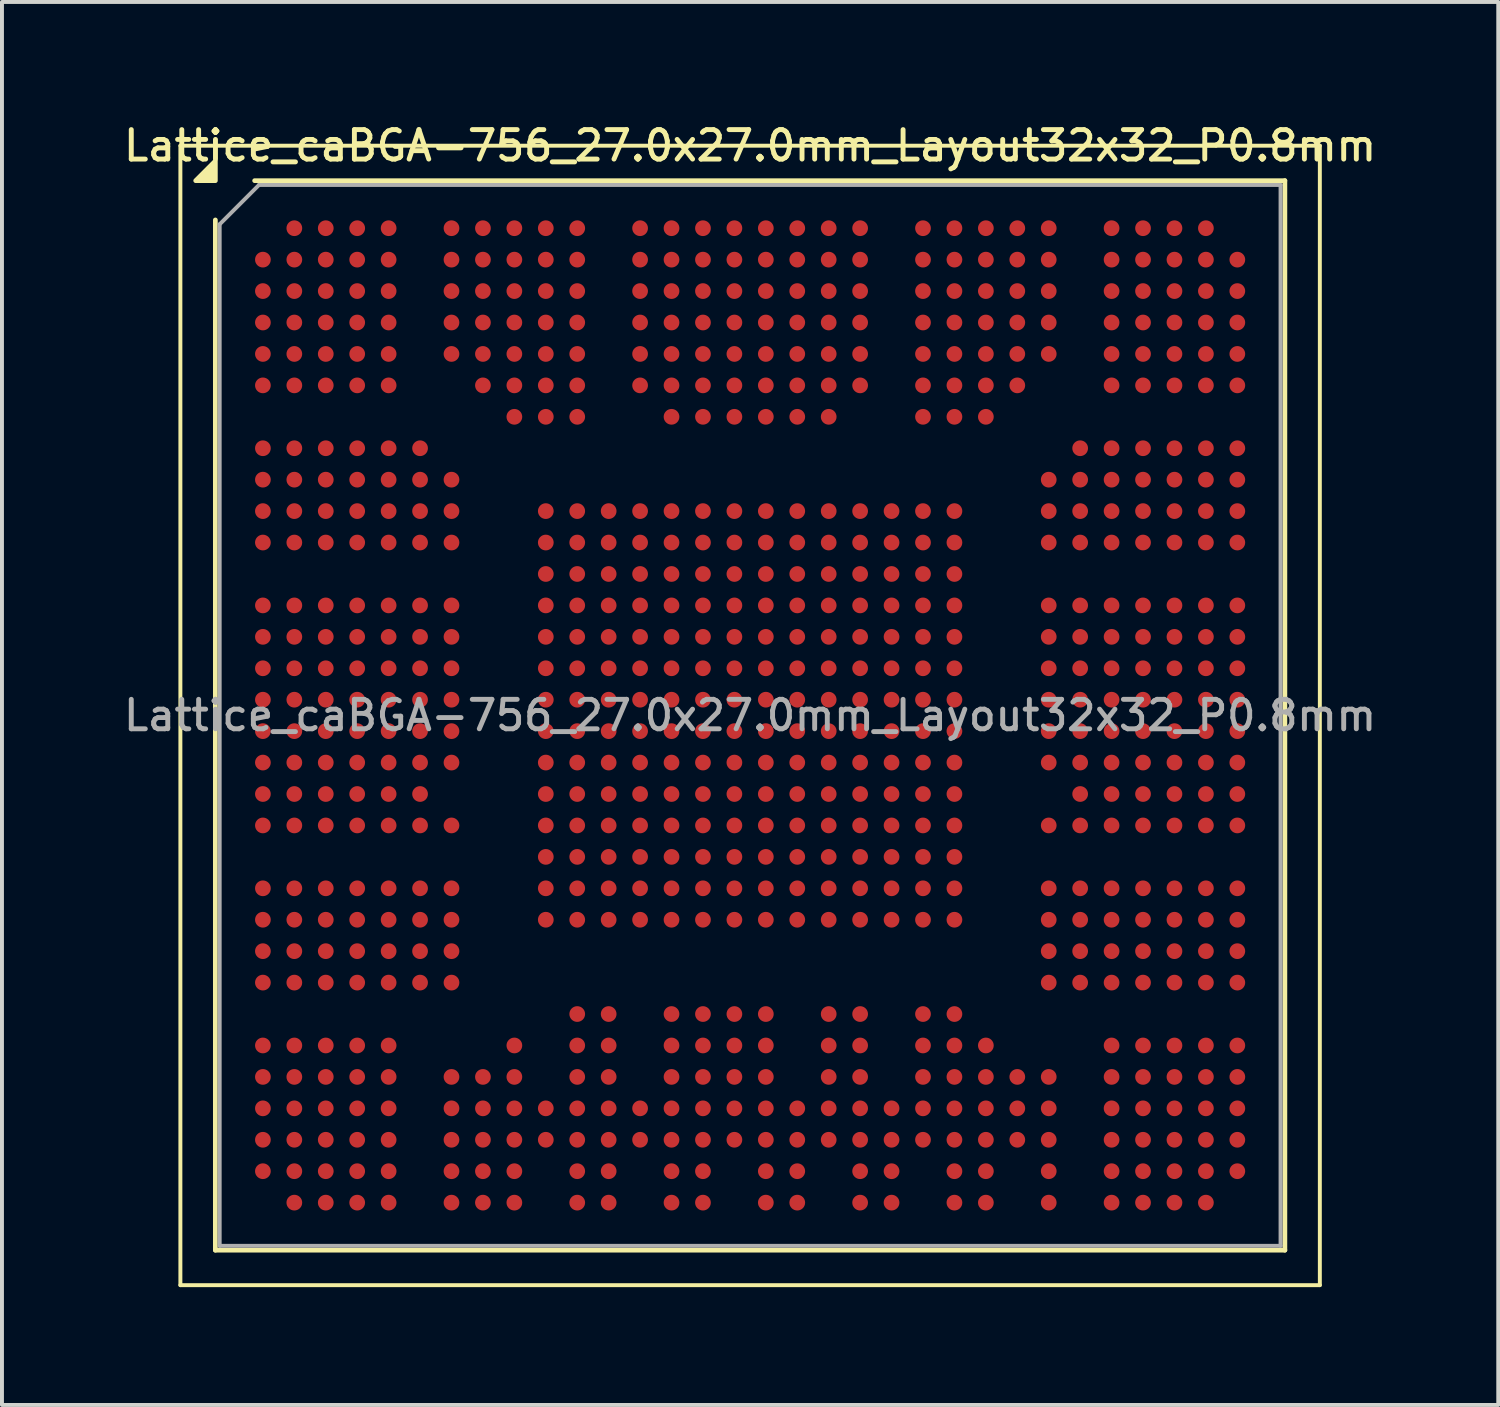
<source format=kicad_pcb>
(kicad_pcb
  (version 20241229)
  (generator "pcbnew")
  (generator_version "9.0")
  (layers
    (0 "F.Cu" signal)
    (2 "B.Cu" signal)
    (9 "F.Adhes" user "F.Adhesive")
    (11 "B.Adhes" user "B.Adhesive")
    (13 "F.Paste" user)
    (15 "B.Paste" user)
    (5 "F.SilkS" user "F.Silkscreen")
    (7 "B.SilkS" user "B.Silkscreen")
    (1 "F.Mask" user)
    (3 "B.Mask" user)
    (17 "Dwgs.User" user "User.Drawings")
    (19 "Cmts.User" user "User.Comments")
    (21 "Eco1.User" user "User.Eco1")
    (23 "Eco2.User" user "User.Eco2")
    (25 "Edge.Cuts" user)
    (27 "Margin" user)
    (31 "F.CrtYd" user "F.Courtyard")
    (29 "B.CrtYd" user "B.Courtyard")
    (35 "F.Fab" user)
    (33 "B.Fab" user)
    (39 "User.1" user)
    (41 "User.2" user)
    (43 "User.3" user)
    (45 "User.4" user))
  (footprint "Lattice_caBGA-756_27.0x27.0mm_Layout32x32_P0.8mm"
    (layer "F.Cu")
    (at 16.041 15.158)
    (property "Reference" "Lattice_caBGA-756_27.0x27.0mm_Layout32x32_P0.8mm" (at 0 -14.5 0) (layer "F.SilkS") (effects (font (size 0.75 0.75) (thickness 0.125))))
    (attr smd)
    (fp_line (start -14.5 -14.5) (end -14.5 14.5) (stroke (width 0.1) (type solid)) (layer "F.SilkS"))
    (fp_line (start -14.5 14.5) (end 14.5 14.5) (stroke (width 0.1) (type solid)) (layer "F.SilkS"))
    (fp_line (start -13.61 13.61) (end -13.61 -12.61) (stroke (width 0.12) (type solid)) (layer "F.SilkS"))
    (fp_line (start -12.61 -13.61) (end 13.61 -13.61) (stroke (width 0.12) (type solid)) (layer "F.SilkS"))
    (fp_line (start 13.61 -13.61) (end 13.61 13.61) (stroke (width 0.12) (type solid)) (layer "F.SilkS"))
    (fp_line (start 13.61 13.61) (end -13.61 13.61) (stroke (width 0.12) (type solid)) (layer "F.SilkS"))
    (fp_line (start 14.5 -14.5) (end -14.5 -14.5) (stroke (width 0.1) (type solid)) (layer "F.SilkS"))
    (fp_line (start 14.5 14.5) (end 14.5 -14.5) (stroke (width 0.1) (type solid)) (layer "F.SilkS"))
    (fp_poly (pts (xy -13.61 -13.61) (xy -14.11 -13.61) (xy -13.61 -14.11) (xy -13.61 -13.61)) (stroke (width 0.12) (type solid)) (fill yes) (layer "F.SilkS"))
    (fp_line (start -13.5 -12.5) (end -12.5 -13.5) (stroke (width 0.1) (type solid)) (layer "F.Fab"))
    (fp_line (start -13.5 13.5) (end -13.5 -12.5) (stroke (width 0.1) (type solid)) (layer "F.Fab"))
    (fp_line (start -12.5 -13.5) (end 13.5 -13.5) (stroke (width 0.1) (type solid)) (layer "F.Fab"))
    (fp_line (start 13.5 -13.5) (end 13.5 13.5) (stroke (width 0.1) (type solid)) (layer "F.Fab"))
    (fp_line (start 13.5 13.5) (end -13.5 13.5) (stroke (width 0.1) (type solid)) (layer "F.Fab"))
    (fp_text user "${REFERENCE}" (at 0 0 0) (layer "F.Fab") (effects (font (size 0.75 0.75) (thickness 0.125))))
    (pad "A2" smd circle (at -11.6 -12.4) (size 0.4 0.4) (property pad_prop_bga) (layers "F.Cu" "F.Mask" "F.Paste"))
    (pad "A3" smd circle (at -10.8 -12.4) (size 0.4 0.4) (property pad_prop_bga) (layers "F.Cu" "F.Mask" "F.Paste"))
    (pad "A4" smd circle (at -10 -12.4) (size 0.4 0.4) (property pad_prop_bga) (layers "F.Cu" "F.Mask" "F.Paste"))
    (pad "A5" smd circle (at -9.2 -12.4) (size 0.4 0.4) (property pad_prop_bga) (layers "F.Cu" "F.Mask" "F.Paste"))
    (pad "A7" smd circle (at -7.6 -12.4) (size 0.4 0.4) (property pad_prop_bga) (layers "F.Cu" "F.Mask" "F.Paste"))
    (pad "A8" smd circle (at -6.8 -12.4) (size 0.4 0.4) (property pad_prop_bga) (layers "F.Cu" "F.Mask" "F.Paste"))
    (pad "A9" smd circle (at -6 -12.4) (size 0.4 0.4) (property pad_prop_bga) (layers "F.Cu" "F.Mask" "F.Paste"))
    (pad "A10" smd circle (at -5.2 -12.4) (size 0.4 0.4) (property pad_prop_bga) (layers "F.Cu" "F.Mask" "F.Paste"))
    (pad "A11" smd circle (at -4.4 -12.4) (size 0.4 0.4) (property pad_prop_bga) (layers "F.Cu" "F.Mask" "F.Paste"))
    (pad "A13" smd circle (at -2.8 -12.4) (size 0.4 0.4) (property pad_prop_bga) (layers "F.Cu" "F.Mask" "F.Paste"))
    (pad "A14" smd circle (at -2 -12.4) (size 0.4 0.4) (property pad_prop_bga) (layers "F.Cu" "F.Mask" "F.Paste"))
    (pad "A15" smd circle (at -1.2 -12.4) (size 0.4 0.4) (property pad_prop_bga) (layers "F.Cu" "F.Mask" "F.Paste"))
    (pad "A16" smd circle (at -0.4 -12.4) (size 0.4 0.4) (property pad_prop_bga) (layers "F.Cu" "F.Mask" "F.Paste"))
    (pad "A17" smd circle (at 0.4 -12.4) (size 0.4 0.4) (property pad_prop_bga) (layers "F.Cu" "F.Mask" "F.Paste"))
    (pad "A18" smd circle (at 1.2 -12.4) (size 0.4 0.4) (property pad_prop_bga) (layers "F.Cu" "F.Mask" "F.Paste"))
    (pad "A19" smd circle (at 2 -12.4) (size 0.4 0.4) (property pad_prop_bga) (layers "F.Cu" "F.Mask" "F.Paste"))
    (pad "A20" smd circle (at 2.8 -12.4) (size 0.4 0.4) (property pad_prop_bga) (layers "F.Cu" "F.Mask" "F.Paste"))
    (pad "A22" smd circle (at 4.4 -12.4) (size 0.4 0.4) (property pad_prop_bga) (layers "F.Cu" "F.Mask" "F.Paste"))
    (pad "A23" smd circle (at 5.2 -12.4) (size 0.4 0.4) (property pad_prop_bga) (layers "F.Cu" "F.Mask" "F.Paste"))
    (pad "A24" smd circle (at 6 -12.4) (size 0.4 0.4) (property pad_prop_bga) (layers "F.Cu" "F.Mask" "F.Paste"))
    (pad "A25" smd circle (at 6.8 -12.4) (size 0.4 0.4) (property pad_prop_bga) (layers "F.Cu" "F.Mask" "F.Paste"))
    (pad "A26" smd circle (at 7.6 -12.4) (size 0.4 0.4) (property pad_prop_bga) (layers "F.Cu" "F.Mask" "F.Paste"))
    (pad "A28" smd circle (at 9.2 -12.4) (size 0.4 0.4) (property pad_prop_bga) (layers "F.Cu" "F.Mask" "F.Paste"))
    (pad "A29" smd circle (at 10 -12.4) (size 0.4 0.4) (property pad_prop_bga) (layers "F.Cu" "F.Mask" "F.Paste"))
    (pad "A30" smd circle (at 10.8 -12.4) (size 0.4 0.4) (property pad_prop_bga) (layers "F.Cu" "F.Mask" "F.Paste"))
    (pad "A31" smd circle (at 11.6 -12.4) (size 0.4 0.4) (property pad_prop_bga) (layers "F.Cu" "F.Mask" "F.Paste"))
    (pad "AA10" smd circle (at -5.2 3.6) (size 0.4 0.4) (property pad_prop_bga) (layers "F.Cu" "F.Mask" "F.Paste"))
    (pad "AA11" smd circle (at -4.4 3.6) (size 0.4 0.4) (property pad_prop_bga) (layers "F.Cu" "F.Mask" "F.Paste"))
    (pad "AA12" smd circle (at -3.6 3.6) (size 0.4 0.4) (property pad_prop_bga) (layers "F.Cu" "F.Mask" "F.Paste"))
    (pad "AA13" smd circle (at -2.8 3.6) (size 0.4 0.4) (property pad_prop_bga) (layers "F.Cu" "F.Mask" "F.Paste"))
    (pad "AA14" smd circle (at -2 3.6) (size 0.4 0.4) (property pad_prop_bga) (layers "F.Cu" "F.Mask" "F.Paste"))
    (pad "AA15" smd circle (at -1.2 3.6) (size 0.4 0.4) (property pad_prop_bga) (layers "F.Cu" "F.Mask" "F.Paste"))
    (pad "AA16" smd circle (at -0.4 3.6) (size 0.4 0.4) (property pad_prop_bga) (layers "F.Cu" "F.Mask" "F.Paste"))
    (pad "AA17" smd circle (at 0.4 3.6) (size 0.4 0.4) (property pad_prop_bga) (layers "F.Cu" "F.Mask" "F.Paste"))
    (pad "AA18" smd circle (at 1.2 3.6) (size 0.4 0.4) (property pad_prop_bga) (layers "F.Cu" "F.Mask" "F.Paste"))
    (pad "AA19" smd circle (at 2 3.6) (size 0.4 0.4) (property pad_prop_bga) (layers "F.Cu" "F.Mask" "F.Paste"))
    (pad "AA20" smd circle (at 2.8 3.6) (size 0.4 0.4) (property pad_prop_bga) (layers "F.Cu" "F.Mask" "F.Paste"))
    (pad "AA21" smd circle (at 3.6 3.6) (size 0.4 0.4) (property pad_prop_bga) (layers "F.Cu" "F.Mask" "F.Paste"))
    (pad "AA22" smd circle (at 4.4 3.6) (size 0.4 0.4) (property pad_prop_bga) (layers "F.Cu" "F.Mask" "F.Paste"))
    (pad "AA23" smd circle (at 5.2 3.6) (size 0.4 0.4) (property pad_prop_bga) (layers "F.Cu" "F.Mask" "F.Paste"))
    (pad "AB1" smd circle (at -12.4 4.4) (size 0.4 0.4) (property pad_prop_bga) (layers "F.Cu" "F.Mask" "F.Paste"))
    (pad "AB2" smd circle (at -11.6 4.4) (size 0.4 0.4) (property pad_prop_bga) (layers "F.Cu" "F.Mask" "F.Paste"))
    (pad "AB3" smd circle (at -10.8 4.4) (size 0.4 0.4) (property pad_prop_bga) (layers "F.Cu" "F.Mask" "F.Paste"))
    (pad "AB4" smd circle (at -10 4.4) (size 0.4 0.4) (property pad_prop_bga) (layers "F.Cu" "F.Mask" "F.Paste"))
    (pad "AB5" smd circle (at -9.2 4.4) (size 0.4 0.4) (property pad_prop_bga) (layers "F.Cu" "F.Mask" "F.Paste"))
    (pad "AB6" smd circle (at -8.4 4.4) (size 0.4 0.4) (property pad_prop_bga) (layers "F.Cu" "F.Mask" "F.Paste"))
    (pad "AB7" smd circle (at -7.6 4.4) (size 0.4 0.4) (property pad_prop_bga) (layers "F.Cu" "F.Mask" "F.Paste"))
    (pad "AB10" smd circle (at -5.2 4.4) (size 0.4 0.4) (property pad_prop_bga) (layers "F.Cu" "F.Mask" "F.Paste"))
    (pad "AB11" smd circle (at -4.4 4.4) (size 0.4 0.4) (property pad_prop_bga) (layers "F.Cu" "F.Mask" "F.Paste"))
    (pad "AB12" smd circle (at -3.6 4.4) (size 0.4 0.4) (property pad_prop_bga) (layers "F.Cu" "F.Mask" "F.Paste"))
    (pad "AB13" smd circle (at -2.8 4.4) (size 0.4 0.4) (property pad_prop_bga) (layers "F.Cu" "F.Mask" "F.Paste"))
    (pad "AB14" smd circle (at -2 4.4) (size 0.4 0.4) (property pad_prop_bga) (layers "F.Cu" "F.Mask" "F.Paste"))
    (pad "AB15" smd circle (at -1.2 4.4) (size 0.4 0.4) (property pad_prop_bga) (layers "F.Cu" "F.Mask" "F.Paste"))
    (pad "AB16" smd circle (at -0.4 4.4) (size 0.4 0.4) (property pad_prop_bga) (layers "F.Cu" "F.Mask" "F.Paste"))
    (pad "AB17" smd circle (at 0.4 4.4) (size 0.4 0.4) (property pad_prop_bga) (layers "F.Cu" "F.Mask" "F.Paste"))
    (pad "AB18" smd circle (at 1.2 4.4) (size 0.4 0.4) (property pad_prop_bga) (layers "F.Cu" "F.Mask" "F.Paste"))
    (pad "AB19" smd circle (at 2 4.4) (size 0.4 0.4) (property pad_prop_bga) (layers "F.Cu" "F.Mask" "F.Paste"))
    (pad "AB20" smd circle (at 2.8 4.4) (size 0.4 0.4) (property pad_prop_bga) (layers "F.Cu" "F.Mask" "F.Paste"))
    (pad "AB21" smd circle (at 3.6 4.4) (size 0.4 0.4) (property pad_prop_bga) (layers "F.Cu" "F.Mask" "F.Paste"))
    (pad "AB22" smd circle (at 4.4 4.4) (size 0.4 0.4) (property pad_prop_bga) (layers "F.Cu" "F.Mask" "F.Paste"))
    (pad "AB23" smd circle (at 5.2 4.4) (size 0.4 0.4) (property pad_prop_bga) (layers "F.Cu" "F.Mask" "F.Paste"))
    (pad "AB26" smd circle (at 7.6 4.4) (size 0.4 0.4) (property pad_prop_bga) (layers "F.Cu" "F.Mask" "F.Paste"))
    (pad "AB27" smd circle (at 8.4 4.4) (size 0.4 0.4) (property pad_prop_bga) (layers "F.Cu" "F.Mask" "F.Paste"))
    (pad "AB28" smd circle (at 9.2 4.4) (size 0.4 0.4) (property pad_prop_bga) (layers "F.Cu" "F.Mask" "F.Paste"))
    (pad "AB29" smd circle (at 10 4.4) (size 0.4 0.4) (property pad_prop_bga) (layers "F.Cu" "F.Mask" "F.Paste"))
    (pad "AB30" smd circle (at 10.8 4.4) (size 0.4 0.4) (property pad_prop_bga) (layers "F.Cu" "F.Mask" "F.Paste"))
    (pad "AB31" smd circle (at 11.6 4.4) (size 0.4 0.4) (property pad_prop_bga) (layers "F.Cu" "F.Mask" "F.Paste"))
    (pad "AB32" smd circle (at 12.4 4.4) (size 0.4 0.4) (property pad_prop_bga) (layers "F.Cu" "F.Mask" "F.Paste"))
    (pad "AC1" smd circle (at -12.4 5.2) (size 0.4 0.4) (property pad_prop_bga) (layers "F.Cu" "F.Mask" "F.Paste"))
    (pad "AC2" smd circle (at -11.6 5.2) (size 0.4 0.4) (property pad_prop_bga) (layers "F.Cu" "F.Mask" "F.Paste"))
    (pad "AC3" smd circle (at -10.8 5.2) (size 0.4 0.4) (property pad_prop_bga) (layers "F.Cu" "F.Mask" "F.Paste"))
    (pad "AC4" smd circle (at -10 5.2) (size 0.4 0.4) (property pad_prop_bga) (layers "F.Cu" "F.Mask" "F.Paste"))
    (pad "AC5" smd circle (at -9.2 5.2) (size 0.4 0.4) (property pad_prop_bga) (layers "F.Cu" "F.Mask" "F.Paste"))
    (pad "AC6" smd circle (at -8.4 5.2) (size 0.4 0.4) (property pad_prop_bga) (layers "F.Cu" "F.Mask" "F.Paste"))
    (pad "AC7" smd circle (at -7.6 5.2) (size 0.4 0.4) (property pad_prop_bga) (layers "F.Cu" "F.Mask" "F.Paste"))
    (pad "AC10" smd circle (at -5.2 5.2) (size 0.4 0.4) (property pad_prop_bga) (layers "F.Cu" "F.Mask" "F.Paste"))
    (pad "AC11" smd circle (at -4.4 5.2) (size 0.4 0.4) (property pad_prop_bga) (layers "F.Cu" "F.Mask" "F.Paste"))
    (pad "AC12" smd circle (at -3.6 5.2) (size 0.4 0.4) (property pad_prop_bga) (layers "F.Cu" "F.Mask" "F.Paste"))
    (pad "AC13" smd circle (at -2.8 5.2) (size 0.4 0.4) (property pad_prop_bga) (layers "F.Cu" "F.Mask" "F.Paste"))
    (pad "AC14" smd circle (at -2 5.2) (size 0.4 0.4) (property pad_prop_bga) (layers "F.Cu" "F.Mask" "F.Paste"))
    (pad "AC15" smd circle (at -1.2 5.2) (size 0.4 0.4) (property pad_prop_bga) (layers "F.Cu" "F.Mask" "F.Paste"))
    (pad "AC16" smd circle (at -0.4 5.2) (size 0.4 0.4) (property pad_prop_bga) (layers "F.Cu" "F.Mask" "F.Paste"))
    (pad "AC17" smd circle (at 0.4 5.2) (size 0.4 0.4) (property pad_prop_bga) (layers "F.Cu" "F.Mask" "F.Paste"))
    (pad "AC18" smd circle (at 1.2 5.2) (size 0.4 0.4) (property pad_prop_bga) (layers "F.Cu" "F.Mask" "F.Paste"))
    (pad "AC19" smd circle (at 2 5.2) (size 0.4 0.4) (property pad_prop_bga) (layers "F.Cu" "F.Mask" "F.Paste"))
    (pad "AC20" smd circle (at 2.8 5.2) (size 0.4 0.4) (property pad_prop_bga) (layers "F.Cu" "F.Mask" "F.Paste"))
    (pad "AC21" smd circle (at 3.6 5.2) (size 0.4 0.4) (property pad_prop_bga) (layers "F.Cu" "F.Mask" "F.Paste"))
    (pad "AC22" smd circle (at 4.4 5.2) (size 0.4 0.4) (property pad_prop_bga) (layers "F.Cu" "F.Mask" "F.Paste"))
    (pad "AC23" smd circle (at 5.2 5.2) (size 0.4 0.4) (property pad_prop_bga) (layers "F.Cu" "F.Mask" "F.Paste"))
    (pad "AC26" smd circle (at 7.6 5.2) (size 0.4 0.4) (property pad_prop_bga) (layers "F.Cu" "F.Mask" "F.Paste"))
    (pad "AC27" smd circle (at 8.4 5.2) (size 0.4 0.4) (property pad_prop_bga) (layers "F.Cu" "F.Mask" "F.Paste"))
    (pad "AC28" smd circle (at 9.2 5.2) (size 0.4 0.4) (property pad_prop_bga) (layers "F.Cu" "F.Mask" "F.Paste"))
    (pad "AC29" smd circle (at 10 5.2) (size 0.4 0.4) (property pad_prop_bga) (layers "F.Cu" "F.Mask" "F.Paste"))
    (pad "AC30" smd circle (at 10.8 5.2) (size 0.4 0.4) (property pad_prop_bga) (layers "F.Cu" "F.Mask" "F.Paste"))
    (pad "AC31" smd circle (at 11.6 5.2) (size 0.4 0.4) (property pad_prop_bga) (layers "F.Cu" "F.Mask" "F.Paste"))
    (pad "AC32" smd circle (at 12.4 5.2) (size 0.4 0.4) (property pad_prop_bga) (layers "F.Cu" "F.Mask" "F.Paste"))
    (pad "AD1" smd circle (at -12.4 6) (size 0.4 0.4) (property pad_prop_bga) (layers "F.Cu" "F.Mask" "F.Paste"))
    (pad "AD2" smd circle (at -11.6 6) (size 0.4 0.4) (property pad_prop_bga) (layers "F.Cu" "F.Mask" "F.Paste"))
    (pad "AD3" smd circle (at -10.8 6) (size 0.4 0.4) (property pad_prop_bga) (layers "F.Cu" "F.Mask" "F.Paste"))
    (pad "AD4" smd circle (at -10 6) (size 0.4 0.4) (property pad_prop_bga) (layers "F.Cu" "F.Mask" "F.Paste"))
    (pad "AD5" smd circle (at -9.2 6) (size 0.4 0.4) (property pad_prop_bga) (layers "F.Cu" "F.Mask" "F.Paste"))
    (pad "AD6" smd circle (at -8.4 6) (size 0.4 0.4) (property pad_prop_bga) (layers "F.Cu" "F.Mask" "F.Paste"))
    (pad "AD7" smd circle (at -7.6 6) (size 0.4 0.4) (property pad_prop_bga) (layers "F.Cu" "F.Mask" "F.Paste"))
    (pad "AD26" smd circle (at 7.6 6) (size 0.4 0.4) (property pad_prop_bga) (layers "F.Cu" "F.Mask" "F.Paste"))
    (pad "AD27" smd circle (at 8.4 6) (size 0.4 0.4) (property pad_prop_bga) (layers "F.Cu" "F.Mask" "F.Paste"))
    (pad "AD28" smd circle (at 9.2 6) (size 0.4 0.4) (property pad_prop_bga) (layers "F.Cu" "F.Mask" "F.Paste"))
    (pad "AD29" smd circle (at 10 6) (size 0.4 0.4) (property pad_prop_bga) (layers "F.Cu" "F.Mask" "F.Paste"))
    (pad "AD30" smd circle (at 10.8 6) (size 0.4 0.4) (property pad_prop_bga) (layers "F.Cu" "F.Mask" "F.Paste"))
    (pad "AD31" smd circle (at 11.6 6) (size 0.4 0.4) (property pad_prop_bga) (layers "F.Cu" "F.Mask" "F.Paste"))
    (pad "AD32" smd circle (at 12.4 6) (size 0.4 0.4) (property pad_prop_bga) (layers "F.Cu" "F.Mask" "F.Paste"))
    (pad "AE1" smd circle (at -12.4 6.8) (size 0.4 0.4) (property pad_prop_bga) (layers "F.Cu" "F.Mask" "F.Paste"))
    (pad "AE2" smd circle (at -11.6 6.8) (size 0.4 0.4) (property pad_prop_bga) (layers "F.Cu" "F.Mask" "F.Paste"))
    (pad "AE3" smd circle (at -10.8 6.8) (size 0.4 0.4) (property pad_prop_bga) (layers "F.Cu" "F.Mask" "F.Paste"))
    (pad "AE4" smd circle (at -10 6.8) (size 0.4 0.4) (property pad_prop_bga) (layers "F.Cu" "F.Mask" "F.Paste"))
    (pad "AE5" smd circle (at -9.2 6.8) (size 0.4 0.4) (property pad_prop_bga) (layers "F.Cu" "F.Mask" "F.Paste"))
    (pad "AE6" smd circle (at -8.4 6.8) (size 0.4 0.4) (property pad_prop_bga) (layers "F.Cu" "F.Mask" "F.Paste"))
    (pad "AE7" smd circle (at -7.6 6.8) (size 0.4 0.4) (property pad_prop_bga) (layers "F.Cu" "F.Mask" "F.Paste"))
    (pad "AE26" smd circle (at 7.6 6.8) (size 0.4 0.4) (property pad_prop_bga) (layers "F.Cu" "F.Mask" "F.Paste"))
    (pad "AE27" smd circle (at 8.4 6.8) (size 0.4 0.4) (property pad_prop_bga) (layers "F.Cu" "F.Mask" "F.Paste"))
    (pad "AE28" smd circle (at 9.2 6.8) (size 0.4 0.4) (property pad_prop_bga) (layers "F.Cu" "F.Mask" "F.Paste"))
    (pad "AE29" smd circle (at 10 6.8) (size 0.4 0.4) (property pad_prop_bga) (layers "F.Cu" "F.Mask" "F.Paste"))
    (pad "AE30" smd circle (at 10.8 6.8) (size 0.4 0.4) (property pad_prop_bga) (layers "F.Cu" "F.Mask" "F.Paste"))
    (pad "AE31" smd circle (at 11.6 6.8) (size 0.4 0.4) (property pad_prop_bga) (layers "F.Cu" "F.Mask" "F.Paste"))
    (pad "AE32" smd circle (at 12.4 6.8) (size 0.4 0.4) (property pad_prop_bga) (layers "F.Cu" "F.Mask" "F.Paste"))
    (pad "AF11" smd circle (at -4.4 7.6) (size 0.4 0.4) (property pad_prop_bga) (layers "F.Cu" "F.Mask" "F.Paste"))
    (pad "AF12" smd circle (at -3.6 7.6) (size 0.4 0.4) (property pad_prop_bga) (layers "F.Cu" "F.Mask" "F.Paste"))
    (pad "AF14" smd circle (at -2 7.6) (size 0.4 0.4) (property pad_prop_bga) (layers "F.Cu" "F.Mask" "F.Paste"))
    (pad "AF15" smd circle (at -1.2 7.6) (size 0.4 0.4) (property pad_prop_bga) (layers "F.Cu" "F.Mask" "F.Paste"))
    (pad "AF16" smd circle (at -0.4 7.6) (size 0.4 0.4) (property pad_prop_bga) (layers "F.Cu" "F.Mask" "F.Paste"))
    (pad "AF17" smd circle (at 0.4 7.6) (size 0.4 0.4) (property pad_prop_bga) (layers "F.Cu" "F.Mask" "F.Paste"))
    (pad "AF19" smd circle (at 2 7.6) (size 0.4 0.4) (property pad_prop_bga) (layers "F.Cu" "F.Mask" "F.Paste"))
    (pad "AF20" smd circle (at 2.8 7.6) (size 0.4 0.4) (property pad_prop_bga) (layers "F.Cu" "F.Mask" "F.Paste"))
    (pad "AF22" smd circle (at 4.4 7.6) (size 0.4 0.4) (property pad_prop_bga) (layers "F.Cu" "F.Mask" "F.Paste"))
    (pad "AF23" smd circle (at 5.2 7.6) (size 0.4 0.4) (property pad_prop_bga) (layers "F.Cu" "F.Mask" "F.Paste"))
    (pad "AG1" smd circle (at -12.4 8.4) (size 0.4 0.4) (property pad_prop_bga) (layers "F.Cu" "F.Mask" "F.Paste"))
    (pad "AG2" smd circle (at -11.6 8.4) (size 0.4 0.4) (property pad_prop_bga) (layers "F.Cu" "F.Mask" "F.Paste"))
    (pad "AG3" smd circle (at -10.8 8.4) (size 0.4 0.4) (property pad_prop_bga) (layers "F.Cu" "F.Mask" "F.Paste"))
    (pad "AG4" smd circle (at -10 8.4) (size 0.4 0.4) (property pad_prop_bga) (layers "F.Cu" "F.Mask" "F.Paste"))
    (pad "AG5" smd circle (at -9.2 8.4) (size 0.4 0.4) (property pad_prop_bga) (layers "F.Cu" "F.Mask" "F.Paste"))
    (pad "AG9" smd circle (at -6 8.4) (size 0.4 0.4) (property pad_prop_bga) (layers "F.Cu" "F.Mask" "F.Paste"))
    (pad "AG11" smd circle (at -4.4 8.4) (size 0.4 0.4) (property pad_prop_bga) (layers "F.Cu" "F.Mask" "F.Paste"))
    (pad "AG12" smd circle (at -3.6 8.4) (size 0.4 0.4) (property pad_prop_bga) (layers "F.Cu" "F.Mask" "F.Paste"))
    (pad "AG14" smd circle (at -2 8.4) (size 0.4 0.4) (property pad_prop_bga) (layers "F.Cu" "F.Mask" "F.Paste"))
    (pad "AG15" smd circle (at -1.2 8.4) (size 0.4 0.4) (property pad_prop_bga) (layers "F.Cu" "F.Mask" "F.Paste"))
    (pad "AG16" smd circle (at -0.4 8.4) (size 0.4 0.4) (property pad_prop_bga) (layers "F.Cu" "F.Mask" "F.Paste"))
    (pad "AG17" smd circle (at 0.4 8.4) (size 0.4 0.4) (property pad_prop_bga) (layers "F.Cu" "F.Mask" "F.Paste"))
    (pad "AG19" smd circle (at 2 8.4) (size 0.4 0.4) (property pad_prop_bga) (layers "F.Cu" "F.Mask" "F.Paste"))
    (pad "AG20" smd circle (at 2.8 8.4) (size 0.4 0.4) (property pad_prop_bga) (layers "F.Cu" "F.Mask" "F.Paste"))
    (pad "AG22" smd circle (at 4.4 8.4) (size 0.4 0.4) (property pad_prop_bga) (layers "F.Cu" "F.Mask" "F.Paste"))
    (pad "AG23" smd circle (at 5.2 8.4) (size 0.4 0.4) (property pad_prop_bga) (layers "F.Cu" "F.Mask" "F.Paste"))
    (pad "AG24" smd circle (at 6 8.4) (size 0.4 0.4) (property pad_prop_bga) (layers "F.Cu" "F.Mask" "F.Paste"))
    (pad "AG28" smd circle (at 9.2 8.4) (size 0.4 0.4) (property pad_prop_bga) (layers "F.Cu" "F.Mask" "F.Paste"))
    (pad "AG29" smd circle (at 10 8.4) (size 0.4 0.4) (property pad_prop_bga) (layers "F.Cu" "F.Mask" "F.Paste"))
    (pad "AG30" smd circle (at 10.8 8.4) (size 0.4 0.4) (property pad_prop_bga) (layers "F.Cu" "F.Mask" "F.Paste"))
    (pad "AG31" smd circle (at 11.6 8.4) (size 0.4 0.4) (property pad_prop_bga) (layers "F.Cu" "F.Mask" "F.Paste"))
    (pad "AG32" smd circle (at 12.4 8.4) (size 0.4 0.4) (property pad_prop_bga) (layers "F.Cu" "F.Mask" "F.Paste"))
    (pad "AH1" smd circle (at -12.4 9.2) (size 0.4 0.4) (property pad_prop_bga) (layers "F.Cu" "F.Mask" "F.Paste"))
    (pad "AH2" smd circle (at -11.6 9.2) (size 0.4 0.4) (property pad_prop_bga) (layers "F.Cu" "F.Mask" "F.Paste"))
    (pad "AH3" smd circle (at -10.8 9.2) (size 0.4 0.4) (property pad_prop_bga) (layers "F.Cu" "F.Mask" "F.Paste"))
    (pad "AH4" smd circle (at -10 9.2) (size 0.4 0.4) (property pad_prop_bga) (layers "F.Cu" "F.Mask" "F.Paste"))
    (pad "AH5" smd circle (at -9.2 9.2) (size 0.4 0.4) (property pad_prop_bga) (layers "F.Cu" "F.Mask" "F.Paste"))
    (pad "AH7" smd circle (at -7.6 9.2) (size 0.4 0.4) (property pad_prop_bga) (layers "F.Cu" "F.Mask" "F.Paste"))
    (pad "AH8" smd circle (at -6.8 9.2) (size 0.4 0.4) (property pad_prop_bga) (layers "F.Cu" "F.Mask" "F.Paste"))
    (pad "AH9" smd circle (at -6 9.2) (size 0.4 0.4) (property pad_prop_bga) (layers "F.Cu" "F.Mask" "F.Paste"))
    (pad "AH11" smd circle (at -4.4 9.2) (size 0.4 0.4) (property pad_prop_bga) (layers "F.Cu" "F.Mask" "F.Paste"))
    (pad "AH12" smd circle (at -3.6 9.2) (size 0.4 0.4) (property pad_prop_bga) (layers "F.Cu" "F.Mask" "F.Paste"))
    (pad "AH14" smd circle (at -2 9.2) (size 0.4 0.4) (property pad_prop_bga) (layers "F.Cu" "F.Mask" "F.Paste"))
    (pad "AH15" smd circle (at -1.2 9.2) (size 0.4 0.4) (property pad_prop_bga) (layers "F.Cu" "F.Mask" "F.Paste"))
    (pad "AH16" smd circle (at -0.4 9.2) (size 0.4 0.4) (property pad_prop_bga) (layers "F.Cu" "F.Mask" "F.Paste"))
    (pad "AH17" smd circle (at 0.4 9.2) (size 0.4 0.4) (property pad_prop_bga) (layers "F.Cu" "F.Mask" "F.Paste"))
    (pad "AH19" smd circle (at 2 9.2) (size 0.4 0.4) (property pad_prop_bga) (layers "F.Cu" "F.Mask" "F.Paste"))
    (pad "AH20" smd circle (at 2.8 9.2) (size 0.4 0.4) (property pad_prop_bga) (layers "F.Cu" "F.Mask" "F.Paste"))
    (pad "AH22" smd circle (at 4.4 9.2) (size 0.4 0.4) (property pad_prop_bga) (layers "F.Cu" "F.Mask" "F.Paste"))
    (pad "AH23" smd circle (at 5.2 9.2) (size 0.4 0.4) (property pad_prop_bga) (layers "F.Cu" "F.Mask" "F.Paste"))
    (pad "AH24" smd circle (at 6 9.2) (size 0.4 0.4) (property pad_prop_bga) (layers "F.Cu" "F.Mask" "F.Paste"))
    (pad "AH25" smd circle (at 6.8 9.2) (size 0.4 0.4) (property pad_prop_bga) (layers "F.Cu" "F.Mask" "F.Paste"))
    (pad "AH26" smd circle (at 7.6 9.2) (size 0.4 0.4) (property pad_prop_bga) (layers "F.Cu" "F.Mask" "F.Paste"))
    (pad "AH28" smd circle (at 9.2 9.2) (size 0.4 0.4) (property pad_prop_bga) (layers "F.Cu" "F.Mask" "F.Paste"))
    (pad "AH29" smd circle (at 10 9.2) (size 0.4 0.4) (property pad_prop_bga) (layers "F.Cu" "F.Mask" "F.Paste"))
    (pad "AH30" smd circle (at 10.8 9.2) (size 0.4 0.4) (property pad_prop_bga) (layers "F.Cu" "F.Mask" "F.Paste"))
    (pad "AH31" smd circle (at 11.6 9.2) (size 0.4 0.4) (property pad_prop_bga) (layers "F.Cu" "F.Mask" "F.Paste"))
    (pad "AH32" smd circle (at 12.4 9.2) (size 0.4 0.4) (property pad_prop_bga) (layers "F.Cu" "F.Mask" "F.Paste"))
    (pad "AJ1" smd circle (at -12.4 10) (size 0.4 0.4) (property pad_prop_bga) (layers "F.Cu" "F.Mask" "F.Paste"))
    (pad "AJ2" smd circle (at -11.6 10) (size 0.4 0.4) (property pad_prop_bga) (layers "F.Cu" "F.Mask" "F.Paste"))
    (pad "AJ3" smd circle (at -10.8 10) (size 0.4 0.4) (property pad_prop_bga) (layers "F.Cu" "F.Mask" "F.Paste"))
    (pad "AJ4" smd circle (at -10 10) (size 0.4 0.4) (property pad_prop_bga) (layers "F.Cu" "F.Mask" "F.Paste"))
    (pad "AJ5" smd circle (at -9.2 10) (size 0.4 0.4) (property pad_prop_bga) (layers "F.Cu" "F.Mask" "F.Paste"))
    (pad "AJ7" smd circle (at -7.6 10) (size 0.4 0.4) (property pad_prop_bga) (layers "F.Cu" "F.Mask" "F.Paste"))
    (pad "AJ8" smd circle (at -6.8 10) (size 0.4 0.4) (property pad_prop_bga) (layers "F.Cu" "F.Mask" "F.Paste"))
    (pad "AJ9" smd circle (at -6 10) (size 0.4 0.4) (property pad_prop_bga) (layers "F.Cu" "F.Mask" "F.Paste"))
    (pad "AJ10" smd circle (at -5.2 10) (size 0.4 0.4) (property pad_prop_bga) (layers "F.Cu" "F.Mask" "F.Paste"))
    (pad "AJ11" smd circle (at -4.4 10) (size 0.4 0.4) (property pad_prop_bga) (layers "F.Cu" "F.Mask" "F.Paste"))
    (pad "AJ12" smd circle (at -3.6 10) (size 0.4 0.4) (property pad_prop_bga) (layers "F.Cu" "F.Mask" "F.Paste"))
    (pad "AJ13" smd circle (at -2.8 10) (size 0.4 0.4) (property pad_prop_bga) (layers "F.Cu" "F.Mask" "F.Paste"))
    (pad "AJ14" smd circle (at -2 10) (size 0.4 0.4) (property pad_prop_bga) (layers "F.Cu" "F.Mask" "F.Paste"))
    (pad "AJ15" smd circle (at -1.2 10) (size 0.4 0.4) (property pad_prop_bga) (layers "F.Cu" "F.Mask" "F.Paste"))
    (pad "AJ16" smd circle (at -0.4 10) (size 0.4 0.4) (property pad_prop_bga) (layers "F.Cu" "F.Mask" "F.Paste"))
    (pad "AJ17" smd circle (at 0.4 10) (size 0.4 0.4) (property pad_prop_bga) (layers "F.Cu" "F.Mask" "F.Paste"))
    (pad "AJ18" smd circle (at 1.2 10) (size 0.4 0.4) (property pad_prop_bga) (layers "F.Cu" "F.Mask" "F.Paste"))
    (pad "AJ19" smd circle (at 2 10) (size 0.4 0.4) (property pad_prop_bga) (layers "F.Cu" "F.Mask" "F.Paste"))
    (pad "AJ20" smd circle (at 2.8 10) (size 0.4 0.4) (property pad_prop_bga) (layers "F.Cu" "F.Mask" "F.Paste"))
    (pad "AJ21" smd circle (at 3.6 10) (size 0.4 0.4) (property pad_prop_bga) (layers "F.Cu" "F.Mask" "F.Paste"))
    (pad "AJ22" smd circle (at 4.4 10) (size 0.4 0.4) (property pad_prop_bga) (layers "F.Cu" "F.Mask" "F.Paste"))
    (pad "AJ23" smd circle (at 5.2 10) (size 0.4 0.4) (property pad_prop_bga) (layers "F.Cu" "F.Mask" "F.Paste"))
    (pad "AJ24" smd circle (at 6 10) (size 0.4 0.4) (property pad_prop_bga) (layers "F.Cu" "F.Mask" "F.Paste"))
    (pad "AJ25" smd circle (at 6.8 10) (size 0.4 0.4) (property pad_prop_bga) (layers "F.Cu" "F.Mask" "F.Paste"))
    (pad "AJ26" smd circle (at 7.6 10) (size 0.4 0.4) (property pad_prop_bga) (layers "F.Cu" "F.Mask" "F.Paste"))
    (pad "AJ28" smd circle (at 9.2 10) (size 0.4 0.4) (property pad_prop_bga) (layers "F.Cu" "F.Mask" "F.Paste"))
    (pad "AJ29" smd circle (at 10 10) (size 0.4 0.4) (property pad_prop_bga) (layers "F.Cu" "F.Mask" "F.Paste"))
    (pad "AJ30" smd circle (at 10.8 10) (size 0.4 0.4) (property pad_prop_bga) (layers "F.Cu" "F.Mask" "F.Paste"))
    (pad "AJ31" smd circle (at 11.6 10) (size 0.4 0.4) (property pad_prop_bga) (layers "F.Cu" "F.Mask" "F.Paste"))
    (pad "AJ32" smd circle (at 12.4 10) (size 0.4 0.4) (property pad_prop_bga) (layers "F.Cu" "F.Mask" "F.Paste"))
    (pad "AK1" smd circle (at -12.4 10.8) (size 0.4 0.4) (property pad_prop_bga) (layers "F.Cu" "F.Mask" "F.Paste"))
    (pad "AK2" smd circle (at -11.6 10.8) (size 0.4 0.4) (property pad_prop_bga) (layers "F.Cu" "F.Mask" "F.Paste"))
    (pad "AK3" smd circle (at -10.8 10.8) (size 0.4 0.4) (property pad_prop_bga) (layers "F.Cu" "F.Mask" "F.Paste"))
    (pad "AK4" smd circle (at -10 10.8) (size 0.4 0.4) (property pad_prop_bga) (layers "F.Cu" "F.Mask" "F.Paste"))
    (pad "AK5" smd circle (at -9.2 10.8) (size 0.4 0.4) (property pad_prop_bga) (layers "F.Cu" "F.Mask" "F.Paste"))
    (pad "AK7" smd circle (at -7.6 10.8) (size 0.4 0.4) (property pad_prop_bga) (layers "F.Cu" "F.Mask" "F.Paste"))
    (pad "AK8" smd circle (at -6.8 10.8) (size 0.4 0.4) (property pad_prop_bga) (layers "F.Cu" "F.Mask" "F.Paste"))
    (pad "AK9" smd circle (at -6 10.8) (size 0.4 0.4) (property pad_prop_bga) (layers "F.Cu" "F.Mask" "F.Paste"))
    (pad "AK10" smd circle (at -5.2 10.8) (size 0.4 0.4) (property pad_prop_bga) (layers "F.Cu" "F.Mask" "F.Paste"))
    (pad "AK11" smd circle (at -4.4 10.8) (size 0.4 0.4) (property pad_prop_bga) (layers "F.Cu" "F.Mask" "F.Paste"))
    (pad "AK12" smd circle (at -3.6 10.8) (size 0.4 0.4) (property pad_prop_bga) (layers "F.Cu" "F.Mask" "F.Paste"))
    (pad "AK13" smd circle (at -2.8 10.8) (size 0.4 0.4) (property pad_prop_bga) (layers "F.Cu" "F.Mask" "F.Paste"))
    (pad "AK14" smd circle (at -2 10.8) (size 0.4 0.4) (property pad_prop_bga) (layers "F.Cu" "F.Mask" "F.Paste"))
    (pad "AK15" smd circle (at -1.2 10.8) (size 0.4 0.4) (property pad_prop_bga) (layers "F.Cu" "F.Mask" "F.Paste"))
    (pad "AK16" smd circle (at -0.4 10.8) (size 0.4 0.4) (property pad_prop_bga) (layers "F.Cu" "F.Mask" "F.Paste"))
    (pad "AK17" smd circle (at 0.4 10.8) (size 0.4 0.4) (property pad_prop_bga) (layers "F.Cu" "F.Mask" "F.Paste"))
    (pad "AK18" smd circle (at 1.2 10.8) (size 0.4 0.4) (property pad_prop_bga) (layers "F.Cu" "F.Mask" "F.Paste"))
    (pad "AK19" smd circle (at 2 10.8) (size 0.4 0.4) (property pad_prop_bga) (layers "F.Cu" "F.Mask" "F.Paste"))
    (pad "AK20" smd circle (at 2.8 10.8) (size 0.4 0.4) (property pad_prop_bga) (layers "F.Cu" "F.Mask" "F.Paste"))
    (pad "AK21" smd circle (at 3.6 10.8) (size 0.4 0.4) (property pad_prop_bga) (layers "F.Cu" "F.Mask" "F.Paste"))
    (pad "AK22" smd circle (at 4.4 10.8) (size 0.4 0.4) (property pad_prop_bga) (layers "F.Cu" "F.Mask" "F.Paste"))
    (pad "AK23" smd circle (at 5.2 10.8) (size 0.4 0.4) (property pad_prop_bga) (layers "F.Cu" "F.Mask" "F.Paste"))
    (pad "AK24" smd circle (at 6 10.8) (size 0.4 0.4) (property pad_prop_bga) (layers "F.Cu" "F.Mask" "F.Paste"))
    (pad "AK25" smd circle (at 6.8 10.8) (size 0.4 0.4) (property pad_prop_bga) (layers "F.Cu" "F.Mask" "F.Paste"))
    (pad "AK26" smd circle (at 7.6 10.8) (size 0.4 0.4) (property pad_prop_bga) (layers "F.Cu" "F.Mask" "F.Paste"))
    (pad "AK28" smd circle (at 9.2 10.8) (size 0.4 0.4) (property pad_prop_bga) (layers "F.Cu" "F.Mask" "F.Paste"))
    (pad "AK29" smd circle (at 10 10.8) (size 0.4 0.4) (property pad_prop_bga) (layers "F.Cu" "F.Mask" "F.Paste"))
    (pad "AK30" smd circle (at 10.8 10.8) (size 0.4 0.4) (property pad_prop_bga) (layers "F.Cu" "F.Mask" "F.Paste"))
    (pad "AK31" smd circle (at 11.6 10.8) (size 0.4 0.4) (property pad_prop_bga) (layers "F.Cu" "F.Mask" "F.Paste"))
    (pad "AK32" smd circle (at 12.4 10.8) (size 0.4 0.4) (property pad_prop_bga) (layers "F.Cu" "F.Mask" "F.Paste"))
    (pad "AL1" smd circle (at -12.4 11.6) (size 0.4 0.4) (property pad_prop_bga) (layers "F.Cu" "F.Mask" "F.Paste"))
    (pad "AL2" smd circle (at -11.6 11.6) (size 0.4 0.4) (property pad_prop_bga) (layers "F.Cu" "F.Mask" "F.Paste"))
    (pad "AL3" smd circle (at -10.8 11.6) (size 0.4 0.4) (property pad_prop_bga) (layers "F.Cu" "F.Mask" "F.Paste"))
    (pad "AL4" smd circle (at -10 11.6) (size 0.4 0.4) (property pad_prop_bga) (layers "F.Cu" "F.Mask" "F.Paste"))
    (pad "AL5" smd circle (at -9.2 11.6) (size 0.4 0.4) (property pad_prop_bga) (layers "F.Cu" "F.Mask" "F.Paste"))
    (pad "AL7" smd circle (at -7.6 11.6) (size 0.4 0.4) (property pad_prop_bga) (layers "F.Cu" "F.Mask" "F.Paste"))
    (pad "AL8" smd circle (at -6.8 11.6) (size 0.4 0.4) (property pad_prop_bga) (layers "F.Cu" "F.Mask" "F.Paste"))
    (pad "AL9" smd circle (at -6 11.6) (size 0.4 0.4) (property pad_prop_bga) (layers "F.Cu" "F.Mask" "F.Paste"))
    (pad "AL11" smd circle (at -4.4 11.6) (size 0.4 0.4) (property pad_prop_bga) (layers "F.Cu" "F.Mask" "F.Paste"))
    (pad "AL12" smd circle (at -3.6 11.6) (size 0.4 0.4) (property pad_prop_bga) (layers "F.Cu" "F.Mask" "F.Paste"))
    (pad "AL14" smd circle (at -2 11.6) (size 0.4 0.4) (property pad_prop_bga) (layers "F.Cu" "F.Mask" "F.Paste"))
    (pad "AL15" smd circle (at -1.2 11.6) (size 0.4 0.4) (property pad_prop_bga) (layers "F.Cu" "F.Mask" "F.Paste"))
    (pad "AL17" smd circle (at 0.4 11.6) (size 0.4 0.4) (property pad_prop_bga) (layers "F.Cu" "F.Mask" "F.Paste"))
    (pad "AL18" smd circle (at 1.2 11.6) (size 0.4 0.4) (property pad_prop_bga) (layers "F.Cu" "F.Mask" "F.Paste"))
    (pad "AL20" smd circle (at 2.8 11.6) (size 0.4 0.4) (property pad_prop_bga) (layers "F.Cu" "F.Mask" "F.Paste"))
    (pad "AL21" smd circle (at 3.6 11.6) (size 0.4 0.4) (property pad_prop_bga) (layers "F.Cu" "F.Mask" "F.Paste"))
    (pad "AL23" smd circle (at 5.2 11.6) (size 0.4 0.4) (property pad_prop_bga) (layers "F.Cu" "F.Mask" "F.Paste"))
    (pad "AL24" smd circle (at 6 11.6) (size 0.4 0.4) (property pad_prop_bga) (layers "F.Cu" "F.Mask" "F.Paste"))
    (pad "AL26" smd circle (at 7.6 11.6) (size 0.4 0.4) (property pad_prop_bga) (layers "F.Cu" "F.Mask" "F.Paste"))
    (pad "AL28" smd circle (at 9.2 11.6) (size 0.4 0.4) (property pad_prop_bga) (layers "F.Cu" "F.Mask" "F.Paste"))
    (pad "AL29" smd circle (at 10 11.6) (size 0.4 0.4) (property pad_prop_bga) (layers "F.Cu" "F.Mask" "F.Paste"))
    (pad "AL30" smd circle (at 10.8 11.6) (size 0.4 0.4) (property pad_prop_bga) (layers "F.Cu" "F.Mask" "F.Paste"))
    (pad "AL31" smd circle (at 11.6 11.6) (size 0.4 0.4) (property pad_prop_bga) (layers "F.Cu" "F.Mask" "F.Paste"))
    (pad "AL32" smd circle (at 12.4 11.6) (size 0.4 0.4) (property pad_prop_bga) (layers "F.Cu" "F.Mask" "F.Paste"))
    (pad "AM2" smd circle (at -11.6 12.4) (size 0.4 0.4) (property pad_prop_bga) (layers "F.Cu" "F.Mask" "F.Paste"))
    (pad "AM3" smd circle (at -10.8 12.4) (size 0.4 0.4) (property pad_prop_bga) (layers "F.Cu" "F.Mask" "F.Paste"))
    (pad "AM4" smd circle (at -10 12.4) (size 0.4 0.4) (property pad_prop_bga) (layers "F.Cu" "F.Mask" "F.Paste"))
    (pad "AM5" smd circle (at -9.2 12.4) (size 0.4 0.4) (property pad_prop_bga) (layers "F.Cu" "F.Mask" "F.Paste"))
    (pad "AM7" smd circle (at -7.6 12.4) (size 0.4 0.4) (property pad_prop_bga) (layers "F.Cu" "F.Mask" "F.Paste"))
    (pad "AM8" smd circle (at -6.8 12.4) (size 0.4 0.4) (property pad_prop_bga) (layers "F.Cu" "F.Mask" "F.Paste"))
    (pad "AM9" smd circle (at -6 12.4) (size 0.4 0.4) (property pad_prop_bga) (layers "F.Cu" "F.Mask" "F.Paste"))
    (pad "AM11" smd circle (at -4.4 12.4) (size 0.4 0.4) (property pad_prop_bga) (layers "F.Cu" "F.Mask" "F.Paste"))
    (pad "AM12" smd circle (at -3.6 12.4) (size 0.4 0.4) (property pad_prop_bga) (layers "F.Cu" "F.Mask" "F.Paste"))
    (pad "AM14" smd circle (at -2 12.4) (size 0.4 0.4) (property pad_prop_bga) (layers "F.Cu" "F.Mask" "F.Paste"))
    (pad "AM15" smd circle (at -1.2 12.4) (size 0.4 0.4) (property pad_prop_bga) (layers "F.Cu" "F.Mask" "F.Paste"))
    (pad "AM17" smd circle (at 0.4 12.4) (size 0.4 0.4) (property pad_prop_bga) (layers "F.Cu" "F.Mask" "F.Paste"))
    (pad "AM18" smd circle (at 1.2 12.4) (size 0.4 0.4) (property pad_prop_bga) (layers "F.Cu" "F.Mask" "F.Paste"))
    (pad "AM20" smd circle (at 2.8 12.4) (size 0.4 0.4) (property pad_prop_bga) (layers "F.Cu" "F.Mask" "F.Paste"))
    (pad "AM21" smd circle (at 3.6 12.4) (size 0.4 0.4) (property pad_prop_bga) (layers "F.Cu" "F.Mask" "F.Paste"))
    (pad "AM23" smd circle (at 5.2 12.4) (size 0.4 0.4) (property pad_prop_bga) (layers "F.Cu" "F.Mask" "F.Paste"))
    (pad "AM24" smd circle (at 6 12.4) (size 0.4 0.4) (property pad_prop_bga) (layers "F.Cu" "F.Mask" "F.Paste"))
    (pad "AM26" smd circle (at 7.6 12.4) (size 0.4 0.4) (property pad_prop_bga) (layers "F.Cu" "F.Mask" "F.Paste"))
    (pad "AM28" smd circle (at 9.2 12.4) (size 0.4 0.4) (property pad_prop_bga) (layers "F.Cu" "F.Mask" "F.Paste"))
    (pad "AM29" smd circle (at 10 12.4) (size 0.4 0.4) (property pad_prop_bga) (layers "F.Cu" "F.Mask" "F.Paste"))
    (pad "AM30" smd circle (at 10.8 12.4) (size 0.4 0.4) (property pad_prop_bga) (layers "F.Cu" "F.Mask" "F.Paste"))
    (pad "AM31" smd circle (at 11.6 12.4) (size 0.4 0.4) (property pad_prop_bga) (layers "F.Cu" "F.Mask" "F.Paste"))
    (pad "B1" smd circle (at -12.4 -11.6) (size 0.4 0.4) (property pad_prop_bga) (layers "F.Cu" "F.Mask" "F.Paste"))
    (pad "B2" smd circle (at -11.6 -11.6) (size 0.4 0.4) (property pad_prop_bga) (layers "F.Cu" "F.Mask" "F.Paste"))
    (pad "B3" smd circle (at -10.8 -11.6) (size 0.4 0.4) (property pad_prop_bga) (layers "F.Cu" "F.Mask" "F.Paste"))
    (pad "B4" smd circle (at -10 -11.6) (size 0.4 0.4) (property pad_prop_bga) (layers "F.Cu" "F.Mask" "F.Paste"))
    (pad "B5" smd circle (at -9.2 -11.6) (size 0.4 0.4) (property pad_prop_bga) (layers "F.Cu" "F.Mask" "F.Paste"))
    (pad "B7" smd circle (at -7.6 -11.6) (size 0.4 0.4) (property pad_prop_bga) (layers "F.Cu" "F.Mask" "F.Paste"))
    (pad "B8" smd circle (at -6.8 -11.6) (size 0.4 0.4) (property pad_prop_bga) (layers "F.Cu" "F.Mask" "F.Paste"))
    (pad "B9" smd circle (at -6 -11.6) (size 0.4 0.4) (property pad_prop_bga) (layers "F.Cu" "F.Mask" "F.Paste"))
    (pad "B10" smd circle (at -5.2 -11.6) (size 0.4 0.4) (property pad_prop_bga) (layers "F.Cu" "F.Mask" "F.Paste"))
    (pad "B11" smd circle (at -4.4 -11.6) (size 0.4 0.4) (property pad_prop_bga) (layers "F.Cu" "F.Mask" "F.Paste"))
    (pad "B13" smd circle (at -2.8 -11.6) (size 0.4 0.4) (property pad_prop_bga) (layers "F.Cu" "F.Mask" "F.Paste"))
    (pad "B14" smd circle (at -2 -11.6) (size 0.4 0.4) (property pad_prop_bga) (layers "F.Cu" "F.Mask" "F.Paste"))
    (pad "B15" smd circle (at -1.2 -11.6) (size 0.4 0.4) (property pad_prop_bga) (layers "F.Cu" "F.Mask" "F.Paste"))
    (pad "B16" smd circle (at -0.4 -11.6) (size 0.4 0.4) (property pad_prop_bga) (layers "F.Cu" "F.Mask" "F.Paste"))
    (pad "B17" smd circle (at 0.4 -11.6) (size 0.4 0.4) (property pad_prop_bga) (layers "F.Cu" "F.Mask" "F.Paste"))
    (pad "B18" smd circle (at 1.2 -11.6) (size 0.4 0.4) (property pad_prop_bga) (layers "F.Cu" "F.Mask" "F.Paste"))
    (pad "B19" smd circle (at 2 -11.6) (size 0.4 0.4) (property pad_prop_bga) (layers "F.Cu" "F.Mask" "F.Paste"))
    (pad "B20" smd circle (at 2.8 -11.6) (size 0.4 0.4) (property pad_prop_bga) (layers "F.Cu" "F.Mask" "F.Paste"))
    (pad "B22" smd circle (at 4.4 -11.6) (size 0.4 0.4) (property pad_prop_bga) (layers "F.Cu" "F.Mask" "F.Paste"))
    (pad "B23" smd circle (at 5.2 -11.6) (size 0.4 0.4) (property pad_prop_bga) (layers "F.Cu" "F.Mask" "F.Paste"))
    (pad "B24" smd circle (at 6 -11.6) (size 0.4 0.4) (property pad_prop_bga) (layers "F.Cu" "F.Mask" "F.Paste"))
    (pad "B25" smd circle (at 6.8 -11.6) (size 0.4 0.4) (property pad_prop_bga) (layers "F.Cu" "F.Mask" "F.Paste"))
    (pad "B26" smd circle (at 7.6 -11.6) (size 0.4 0.4) (property pad_prop_bga) (layers "F.Cu" "F.Mask" "F.Paste"))
    (pad "B28" smd circle (at 9.2 -11.6) (size 0.4 0.4) (property pad_prop_bga) (layers "F.Cu" "F.Mask" "F.Paste"))
    (pad "B29" smd circle (at 10 -11.6) (size 0.4 0.4) (property pad_prop_bga) (layers "F.Cu" "F.Mask" "F.Paste"))
    (pad "B30" smd circle (at 10.8 -11.6) (size 0.4 0.4) (property pad_prop_bga) (layers "F.Cu" "F.Mask" "F.Paste"))
    (pad "B31" smd circle (at 11.6 -11.6) (size 0.4 0.4) (property pad_prop_bga) (layers "F.Cu" "F.Mask" "F.Paste"))
    (pad "B32" smd circle (at 12.4 -11.6) (size 0.4 0.4) (property pad_prop_bga) (layers "F.Cu" "F.Mask" "F.Paste"))
    (pad "C1" smd circle (at -12.4 -10.8) (size 0.4 0.4) (property pad_prop_bga) (layers "F.Cu" "F.Mask" "F.Paste"))
    (pad "C2" smd circle (at -11.6 -10.8) (size 0.4 0.4) (property pad_prop_bga) (layers "F.Cu" "F.Mask" "F.Paste"))
    (pad "C3" smd circle (at -10.8 -10.8) (size 0.4 0.4) (property pad_prop_bga) (layers "F.Cu" "F.Mask" "F.Paste"))
    (pad "C4" smd circle (at -10 -10.8) (size 0.4 0.4) (property pad_prop_bga) (layers "F.Cu" "F.Mask" "F.Paste"))
    (pad "C5" smd circle (at -9.2 -10.8) (size 0.4 0.4) (property pad_prop_bga) (layers "F.Cu" "F.Mask" "F.Paste"))
    (pad "C7" smd circle (at -7.6 -10.8) (size 0.4 0.4) (property pad_prop_bga) (layers "F.Cu" "F.Mask" "F.Paste"))
    (pad "C8" smd circle (at -6.8 -10.8) (size 0.4 0.4) (property pad_prop_bga) (layers "F.Cu" "F.Mask" "F.Paste"))
    (pad "C9" smd circle (at -6 -10.8) (size 0.4 0.4) (property pad_prop_bga) (layers "F.Cu" "F.Mask" "F.Paste"))
    (pad "C10" smd circle (at -5.2 -10.8) (size 0.4 0.4) (property pad_prop_bga) (layers "F.Cu" "F.Mask" "F.Paste"))
    (pad "C11" smd circle (at -4.4 -10.8) (size 0.4 0.4) (property pad_prop_bga) (layers "F.Cu" "F.Mask" "F.Paste"))
    (pad "C13" smd circle (at -2.8 -10.8) (size 0.4 0.4) (property pad_prop_bga) (layers "F.Cu" "F.Mask" "F.Paste"))
    (pad "C14" smd circle (at -2 -10.8) (size 0.4 0.4) (property pad_prop_bga) (layers "F.Cu" "F.Mask" "F.Paste"))
    (pad "C15" smd circle (at -1.2 -10.8) (size 0.4 0.4) (property pad_prop_bga) (layers "F.Cu" "F.Mask" "F.Paste"))
    (pad "C16" smd circle (at -0.4 -10.8) (size 0.4 0.4) (property pad_prop_bga) (layers "F.Cu" "F.Mask" "F.Paste"))
    (pad "C17" smd circle (at 0.4 -10.8) (size 0.4 0.4) (property pad_prop_bga) (layers "F.Cu" "F.Mask" "F.Paste"))
    (pad "C18" smd circle (at 1.2 -10.8) (size 0.4 0.4) (property pad_prop_bga) (layers "F.Cu" "F.Mask" "F.Paste"))
    (pad "C19" smd circle (at 2 -10.8) (size 0.4 0.4) (property pad_prop_bga) (layers "F.Cu" "F.Mask" "F.Paste"))
    (pad "C20" smd circle (at 2.8 -10.8) (size 0.4 0.4) (property pad_prop_bga) (layers "F.Cu" "F.Mask" "F.Paste"))
    (pad "C22" smd circle (at 4.4 -10.8) (size 0.4 0.4) (property pad_prop_bga) (layers "F.Cu" "F.Mask" "F.Paste"))
    (pad "C23" smd circle (at 5.2 -10.8) (size 0.4 0.4) (property pad_prop_bga) (layers "F.Cu" "F.Mask" "F.Paste"))
    (pad "C24" smd circle (at 6 -10.8) (size 0.4 0.4) (property pad_prop_bga) (layers "F.Cu" "F.Mask" "F.Paste"))
    (pad "C25" smd circle (at 6.8 -10.8) (size 0.4 0.4) (property pad_prop_bga) (layers "F.Cu" "F.Mask" "F.Paste"))
    (pad "C26" smd circle (at 7.6 -10.8) (size 0.4 0.4) (property pad_prop_bga) (layers "F.Cu" "F.Mask" "F.Paste"))
    (pad "C28" smd circle (at 9.2 -10.8) (size 0.4 0.4) (property pad_prop_bga) (layers "F.Cu" "F.Mask" "F.Paste"))
    (pad "C29" smd circle (at 10 -10.8) (size 0.4 0.4) (property pad_prop_bga) (layers "F.Cu" "F.Mask" "F.Paste"))
    (pad "C30" smd circle (at 10.8 -10.8) (size 0.4 0.4) (property pad_prop_bga) (layers "F.Cu" "F.Mask" "F.Paste"))
    (pad "C31" smd circle (at 11.6 -10.8) (size 0.4 0.4) (property pad_prop_bga) (layers "F.Cu" "F.Mask" "F.Paste"))
    (pad "C32" smd circle (at 12.4 -10.8) (size 0.4 0.4) (property pad_prop_bga) (layers "F.Cu" "F.Mask" "F.Paste"))
    (pad "D1" smd circle (at -12.4 -10) (size 0.4 0.4) (property pad_prop_bga) (layers "F.Cu" "F.Mask" "F.Paste"))
    (pad "D2" smd circle (at -11.6 -10) (size 0.4 0.4) (property pad_prop_bga) (layers "F.Cu" "F.Mask" "F.Paste"))
    (pad "D3" smd circle (at -10.8 -10) (size 0.4 0.4) (property pad_prop_bga) (layers "F.Cu" "F.Mask" "F.Paste"))
    (pad "D4" smd circle (at -10 -10) (size 0.4 0.4) (property pad_prop_bga) (layers "F.Cu" "F.Mask" "F.Paste"))
    (pad "D5" smd circle (at -9.2 -10) (size 0.4 0.4) (property pad_prop_bga) (layers "F.Cu" "F.Mask" "F.Paste"))
    (pad "D7" smd circle (at -7.6 -10) (size 0.4 0.4) (property pad_prop_bga) (layers "F.Cu" "F.Mask" "F.Paste"))
    (pad "D8" smd circle (at -6.8 -10) (size 0.4 0.4) (property pad_prop_bga) (layers "F.Cu" "F.Mask" "F.Paste"))
    (pad "D9" smd circle (at -6 -10) (size 0.4 0.4) (property pad_prop_bga) (layers "F.Cu" "F.Mask" "F.Paste"))
    (pad "D10" smd circle (at -5.2 -10) (size 0.4 0.4) (property pad_prop_bga) (layers "F.Cu" "F.Mask" "F.Paste"))
    (pad "D11" smd circle (at -4.4 -10) (size 0.4 0.4) (property pad_prop_bga) (layers "F.Cu" "F.Mask" "F.Paste"))
    (pad "D13" smd circle (at -2.8 -10) (size 0.4 0.4) (property pad_prop_bga) (layers "F.Cu" "F.Mask" "F.Paste"))
    (pad "D14" smd circle (at -2 -10) (size 0.4 0.4) (property pad_prop_bga) (layers "F.Cu" "F.Mask" "F.Paste"))
    (pad "D15" smd circle (at -1.2 -10) (size 0.4 0.4) (property pad_prop_bga) (layers "F.Cu" "F.Mask" "F.Paste"))
    (pad "D16" smd circle (at -0.4 -10) (size 0.4 0.4) (property pad_prop_bga) (layers "F.Cu" "F.Mask" "F.Paste"))
    (pad "D17" smd circle (at 0.4 -10) (size 0.4 0.4) (property pad_prop_bga) (layers "F.Cu" "F.Mask" "F.Paste"))
    (pad "D18" smd circle (at 1.2 -10) (size 0.4 0.4) (property pad_prop_bga) (layers "F.Cu" "F.Mask" "F.Paste"))
    (pad "D19" smd circle (at 2 -10) (size 0.4 0.4) (property pad_prop_bga) (layers "F.Cu" "F.Mask" "F.Paste"))
    (pad "D20" smd circle (at 2.8 -10) (size 0.4 0.4) (property pad_prop_bga) (layers "F.Cu" "F.Mask" "F.Paste"))
    (pad "D22" smd circle (at 4.4 -10) (size 0.4 0.4) (property pad_prop_bga) (layers "F.Cu" "F.Mask" "F.Paste"))
    (pad "D23" smd circle (at 5.2 -10) (size 0.4 0.4) (property pad_prop_bga) (layers "F.Cu" "F.Mask" "F.Paste"))
    (pad "D24" smd circle (at 6 -10) (size 0.4 0.4) (property pad_prop_bga) (layers "F.Cu" "F.Mask" "F.Paste"))
    (pad "D25" smd circle (at 6.8 -10) (size 0.4 0.4) (property pad_prop_bga) (layers "F.Cu" "F.Mask" "F.Paste"))
    (pad "D26" smd circle (at 7.6 -10) (size 0.4 0.4) (property pad_prop_bga) (layers "F.Cu" "F.Mask" "F.Paste"))
    (pad "D28" smd circle (at 9.2 -10) (size 0.4 0.4) (property pad_prop_bga) (layers "F.Cu" "F.Mask" "F.Paste"))
    (pad "D29" smd circle (at 10 -10) (size 0.4 0.4) (property pad_prop_bga) (layers "F.Cu" "F.Mask" "F.Paste"))
    (pad "D30" smd circle (at 10.8 -10) (size 0.4 0.4) (property pad_prop_bga) (layers "F.Cu" "F.Mask" "F.Paste"))
    (pad "D31" smd circle (at 11.6 -10) (size 0.4 0.4) (property pad_prop_bga) (layers "F.Cu" "F.Mask" "F.Paste"))
    (pad "D32" smd circle (at 12.4 -10) (size 0.4 0.4) (property pad_prop_bga) (layers "F.Cu" "F.Mask" "F.Paste"))
    (pad "E1" smd circle (at -12.4 -9.2) (size 0.4 0.4) (property pad_prop_bga) (layers "F.Cu" "F.Mask" "F.Paste"))
    (pad "E2" smd circle (at -11.6 -9.2) (size 0.4 0.4) (property pad_prop_bga) (layers "F.Cu" "F.Mask" "F.Paste"))
    (pad "E3" smd circle (at -10.8 -9.2) (size 0.4 0.4) (property pad_prop_bga) (layers "F.Cu" "F.Mask" "F.Paste"))
    (pad "E4" smd circle (at -10 -9.2) (size 0.4 0.4) (property pad_prop_bga) (layers "F.Cu" "F.Mask" "F.Paste"))
    (pad "E5" smd circle (at -9.2 -9.2) (size 0.4 0.4) (property pad_prop_bga) (layers "F.Cu" "F.Mask" "F.Paste"))
    (pad "E7" smd circle (at -7.6 -9.2) (size 0.4 0.4) (property pad_prop_bga) (layers "F.Cu" "F.Mask" "F.Paste"))
    (pad "E8" smd circle (at -6.8 -9.2) (size 0.4 0.4) (property pad_prop_bga) (layers "F.Cu" "F.Mask" "F.Paste"))
    (pad "E9" smd circle (at -6 -9.2) (size 0.4 0.4) (property pad_prop_bga) (layers "F.Cu" "F.Mask" "F.Paste"))
    (pad "E10" smd circle (at -5.2 -9.2) (size 0.4 0.4) (property pad_prop_bga) (layers "F.Cu" "F.Mask" "F.Paste"))
    (pad "E11" smd circle (at -4.4 -9.2) (size 0.4 0.4) (property pad_prop_bga) (layers "F.Cu" "F.Mask" "F.Paste"))
    (pad "E13" smd circle (at -2.8 -9.2) (size 0.4 0.4) (property pad_prop_bga) (layers "F.Cu" "F.Mask" "F.Paste"))
    (pad "E14" smd circle (at -2 -9.2) (size 0.4 0.4) (property pad_prop_bga) (layers "F.Cu" "F.Mask" "F.Paste"))
    (pad "E15" smd circle (at -1.2 -9.2) (size 0.4 0.4) (property pad_prop_bga) (layers "F.Cu" "F.Mask" "F.Paste"))
    (pad "E16" smd circle (at -0.4 -9.2) (size 0.4 0.4) (property pad_prop_bga) (layers "F.Cu" "F.Mask" "F.Paste"))
    (pad "E17" smd circle (at 0.4 -9.2) (size 0.4 0.4) (property pad_prop_bga) (layers "F.Cu" "F.Mask" "F.Paste"))
    (pad "E18" smd circle (at 1.2 -9.2) (size 0.4 0.4) (property pad_prop_bga) (layers "F.Cu" "F.Mask" "F.Paste"))
    (pad "E19" smd circle (at 2 -9.2) (size 0.4 0.4) (property pad_prop_bga) (layers "F.Cu" "F.Mask" "F.Paste"))
    (pad "E20" smd circle (at 2.8 -9.2) (size 0.4 0.4) (property pad_prop_bga) (layers "F.Cu" "F.Mask" "F.Paste"))
    (pad "E22" smd circle (at 4.4 -9.2) (size 0.4 0.4) (property pad_prop_bga) (layers "F.Cu" "F.Mask" "F.Paste"))
    (pad "E23" smd circle (at 5.2 -9.2) (size 0.4 0.4) (property pad_prop_bga) (layers "F.Cu" "F.Mask" "F.Paste"))
    (pad "E24" smd circle (at 6 -9.2) (size 0.4 0.4) (property pad_prop_bga) (layers "F.Cu" "F.Mask" "F.Paste"))
    (pad "E25" smd circle (at 6.8 -9.2) (size 0.4 0.4) (property pad_prop_bga) (layers "F.Cu" "F.Mask" "F.Paste"))
    (pad "E26" smd circle (at 7.6 -9.2) (size 0.4 0.4) (property pad_prop_bga) (layers "F.Cu" "F.Mask" "F.Paste"))
    (pad "E28" smd circle (at 9.2 -9.2) (size 0.4 0.4) (property pad_prop_bga) (layers "F.Cu" "F.Mask" "F.Paste"))
    (pad "E29" smd circle (at 10 -9.2) (size 0.4 0.4) (property pad_prop_bga) (layers "F.Cu" "F.Mask" "F.Paste"))
    (pad "E30" smd circle (at 10.8 -9.2) (size 0.4 0.4) (property pad_prop_bga) (layers "F.Cu" "F.Mask" "F.Paste"))
    (pad "E31" smd circle (at 11.6 -9.2) (size 0.4 0.4) (property pad_prop_bga) (layers "F.Cu" "F.Mask" "F.Paste"))
    (pad "E32" smd circle (at 12.4 -9.2) (size 0.4 0.4) (property pad_prop_bga) (layers "F.Cu" "F.Mask" "F.Paste"))
    (pad "F1" smd circle (at -12.4 -8.4) (size 0.4 0.4) (property pad_prop_bga) (layers "F.Cu" "F.Mask" "F.Paste"))
    (pad "F2" smd circle (at -11.6 -8.4) (size 0.4 0.4) (property pad_prop_bga) (layers "F.Cu" "F.Mask" "F.Paste"))
    (pad "F3" smd circle (at -10.8 -8.4) (size 0.4 0.4) (property pad_prop_bga) (layers "F.Cu" "F.Mask" "F.Paste"))
    (pad "F4" smd circle (at -10 -8.4) (size 0.4 0.4) (property pad_prop_bga) (layers "F.Cu" "F.Mask" "F.Paste"))
    (pad "F5" smd circle (at -9.2 -8.4) (size 0.4 0.4) (property pad_prop_bga) (layers "F.Cu" "F.Mask" "F.Paste"))
    (pad "F8" smd circle (at -6.8 -8.4) (size 0.4 0.4) (property pad_prop_bga) (layers "F.Cu" "F.Mask" "F.Paste"))
    (pad "F9" smd circle (at -6 -8.4) (size 0.4 0.4) (property pad_prop_bga) (layers "F.Cu" "F.Mask" "F.Paste"))
    (pad "F10" smd circle (at -5.2 -8.4) (size 0.4 0.4) (property pad_prop_bga) (layers "F.Cu" "F.Mask" "F.Paste"))
    (pad "F11" smd circle (at -4.4 -8.4) (size 0.4 0.4) (property pad_prop_bga) (layers "F.Cu" "F.Mask" "F.Paste"))
    (pad "F13" smd circle (at -2.8 -8.4) (size 0.4 0.4) (property pad_prop_bga) (layers "F.Cu" "F.Mask" "F.Paste"))
    (pad "F14" smd circle (at -2 -8.4) (size 0.4 0.4) (property pad_prop_bga) (layers "F.Cu" "F.Mask" "F.Paste"))
    (pad "F15" smd circle (at -1.2 -8.4) (size 0.4 0.4) (property pad_prop_bga) (layers "F.Cu" "F.Mask" "F.Paste"))
    (pad "F16" smd circle (at -0.4 -8.4) (size 0.4 0.4) (property pad_prop_bga) (layers "F.Cu" "F.Mask" "F.Paste"))
    (pad "F17" smd circle (at 0.4 -8.4) (size 0.4 0.4) (property pad_prop_bga) (layers "F.Cu" "F.Mask" "F.Paste"))
    (pad "F18" smd circle (at 1.2 -8.4) (size 0.4 0.4) (property pad_prop_bga) (layers "F.Cu" "F.Mask" "F.Paste"))
    (pad "F19" smd circle (at 2 -8.4) (size 0.4 0.4) (property pad_prop_bga) (layers "F.Cu" "F.Mask" "F.Paste"))
    (pad "F20" smd circle (at 2.8 -8.4) (size 0.4 0.4) (property pad_prop_bga) (layers "F.Cu" "F.Mask" "F.Paste"))
    (pad "F22" smd circle (at 4.4 -8.4) (size 0.4 0.4) (property pad_prop_bga) (layers "F.Cu" "F.Mask" "F.Paste"))
    (pad "F23" smd circle (at 5.2 -8.4) (size 0.4 0.4) (property pad_prop_bga) (layers "F.Cu" "F.Mask" "F.Paste"))
    (pad "F24" smd circle (at 6 -8.4) (size 0.4 0.4) (property pad_prop_bga) (layers "F.Cu" "F.Mask" "F.Paste"))
    (pad "F25" smd circle (at 6.8 -8.4) (size 0.4 0.4) (property pad_prop_bga) (layers "F.Cu" "F.Mask" "F.Paste"))
    (pad "F28" smd circle (at 9.2 -8.4) (size 0.4 0.4) (property pad_prop_bga) (layers "F.Cu" "F.Mask" "F.Paste"))
    (pad "F29" smd circle (at 10 -8.4) (size 0.4 0.4) (property pad_prop_bga) (layers "F.Cu" "F.Mask" "F.Paste"))
    (pad "F30" smd circle (at 10.8 -8.4) (size 0.4 0.4) (property pad_prop_bga) (layers "F.Cu" "F.Mask" "F.Paste"))
    (pad "F31" smd circle (at 11.6 -8.4) (size 0.4 0.4) (property pad_prop_bga) (layers "F.Cu" "F.Mask" "F.Paste"))
    (pad "F32" smd circle (at 12.4 -8.4) (size 0.4 0.4) (property pad_prop_bga) (layers "F.Cu" "F.Mask" "F.Paste"))
    (pad "G9" smd circle (at -6 -7.6) (size 0.4 0.4) (property pad_prop_bga) (layers "F.Cu" "F.Mask" "F.Paste"))
    (pad "G10" smd circle (at -5.2 -7.6) (size 0.4 0.4) (property pad_prop_bga) (layers "F.Cu" "F.Mask" "F.Paste"))
    (pad "G11" smd circle (at -4.4 -7.6) (size 0.4 0.4) (property pad_prop_bga) (layers "F.Cu" "F.Mask" "F.Paste"))
    (pad "G14" smd circle (at -2 -7.6) (size 0.4 0.4) (property pad_prop_bga) (layers "F.Cu" "F.Mask" "F.Paste"))
    (pad "G15" smd circle (at -1.2 -7.6) (size 0.4 0.4) (property pad_prop_bga) (layers "F.Cu" "F.Mask" "F.Paste"))
    (pad "G16" smd circle (at -0.4 -7.6) (size 0.4 0.4) (property pad_prop_bga) (layers "F.Cu" "F.Mask" "F.Paste"))
    (pad "G17" smd circle (at 0.4 -7.6) (size 0.4 0.4) (property pad_prop_bga) (layers "F.Cu" "F.Mask" "F.Paste"))
    (pad "G18" smd circle (at 1.2 -7.6) (size 0.4 0.4) (property pad_prop_bga) (layers "F.Cu" "F.Mask" "F.Paste"))
    (pad "G19" smd circle (at 2 -7.6) (size 0.4 0.4) (property pad_prop_bga) (layers "F.Cu" "F.Mask" "F.Paste"))
    (pad "G22" smd circle (at 4.4 -7.6) (size 0.4 0.4) (property pad_prop_bga) (layers "F.Cu" "F.Mask" "F.Paste"))
    (pad "G23" smd circle (at 5.2 -7.6) (size 0.4 0.4) (property pad_prop_bga) (layers "F.Cu" "F.Mask" "F.Paste"))
    (pad "G24" smd circle (at 6 -7.6) (size 0.4 0.4) (property pad_prop_bga) (layers "F.Cu" "F.Mask" "F.Paste"))
    (pad "H1" smd circle (at -12.4 -6.8) (size 0.4 0.4) (property pad_prop_bga) (layers "F.Cu" "F.Mask" "F.Paste"))
    (pad "H2" smd circle (at -11.6 -6.8) (size 0.4 0.4) (property pad_prop_bga) (layers "F.Cu" "F.Mask" "F.Paste"))
    (pad "H3" smd circle (at -10.8 -6.8) (size 0.4 0.4) (property pad_prop_bga) (layers "F.Cu" "F.Mask" "F.Paste"))
    (pad "H4" smd circle (at -10 -6.8) (size 0.4 0.4) (property pad_prop_bga) (layers "F.Cu" "F.Mask" "F.Paste"))
    (pad "H5" smd circle (at -9.2 -6.8) (size 0.4 0.4) (property pad_prop_bga) (layers "F.Cu" "F.Mask" "F.Paste"))
    (pad "H6" smd circle (at -8.4 -6.8) (size 0.4 0.4) (property pad_prop_bga) (layers "F.Cu" "F.Mask" "F.Paste"))
    (pad "H27" smd circle (at 8.4 -6.8) (size 0.4 0.4) (property pad_prop_bga) (layers "F.Cu" "F.Mask" "F.Paste"))
    (pad "H28" smd circle (at 9.2 -6.8) (size 0.4 0.4) (property pad_prop_bga) (layers "F.Cu" "F.Mask" "F.Paste"))
    (pad "H29" smd circle (at 10 -6.8) (size 0.4 0.4) (property pad_prop_bga) (layers "F.Cu" "F.Mask" "F.Paste"))
    (pad "H30" smd circle (at 10.8 -6.8) (size 0.4 0.4) (property pad_prop_bga) (layers "F.Cu" "F.Mask" "F.Paste"))
    (pad "H31" smd circle (at 11.6 -6.8) (size 0.4 0.4) (property pad_prop_bga) (layers "F.Cu" "F.Mask" "F.Paste"))
    (pad "H32" smd circle (at 12.4 -6.8) (size 0.4 0.4) (property pad_prop_bga) (layers "F.Cu" "F.Mask" "F.Paste"))
    (pad "J1" smd circle (at -12.4 -6) (size 0.4 0.4) (property pad_prop_bga) (layers "F.Cu" "F.Mask" "F.Paste"))
    (pad "J2" smd circle (at -11.6 -6) (size 0.4 0.4) (property pad_prop_bga) (layers "F.Cu" "F.Mask" "F.Paste"))
    (pad "J3" smd circle (at -10.8 -6) (size 0.4 0.4) (property pad_prop_bga) (layers "F.Cu" "F.Mask" "F.Paste"))
    (pad "J4" smd circle (at -10 -6) (size 0.4 0.4) (property pad_prop_bga) (layers "F.Cu" "F.Mask" "F.Paste"))
    (pad "J5" smd circle (at -9.2 -6) (size 0.4 0.4) (property pad_prop_bga) (layers "F.Cu" "F.Mask" "F.Paste"))
    (pad "J6" smd circle (at -8.4 -6) (size 0.4 0.4) (property pad_prop_bga) (layers "F.Cu" "F.Mask" "F.Paste"))
    (pad "J7" smd circle (at -7.6 -6) (size 0.4 0.4) (property pad_prop_bga) (layers "F.Cu" "F.Mask" "F.Paste"))
    (pad "J26" smd circle (at 7.6 -6) (size 0.4 0.4) (property pad_prop_bga) (layers "F.Cu" "F.Mask" "F.Paste"))
    (pad "J27" smd circle (at 8.4 -6) (size 0.4 0.4) (property pad_prop_bga) (layers "F.Cu" "F.Mask" "F.Paste"))
    (pad "J28" smd circle (at 9.2 -6) (size 0.4 0.4) (property pad_prop_bga) (layers "F.Cu" "F.Mask" "F.Paste"))
    (pad "J29" smd circle (at 10 -6) (size 0.4 0.4) (property pad_prop_bga) (layers "F.Cu" "F.Mask" "F.Paste"))
    (pad "J30" smd circle (at 10.8 -6) (size 0.4 0.4) (property pad_prop_bga) (layers "F.Cu" "F.Mask" "F.Paste"))
    (pad "J31" smd circle (at 11.6 -6) (size 0.4 0.4) (property pad_prop_bga) (layers "F.Cu" "F.Mask" "F.Paste"))
    (pad "J32" smd circle (at 12.4 -6) (size 0.4 0.4) (property pad_prop_bga) (layers "F.Cu" "F.Mask" "F.Paste"))
    (pad "K1" smd circle (at -12.4 -5.2) (size 0.4 0.4) (property pad_prop_bga) (layers "F.Cu" "F.Mask" "F.Paste"))
    (pad "K2" smd circle (at -11.6 -5.2) (size 0.4 0.4) (property pad_prop_bga) (layers "F.Cu" "F.Mask" "F.Paste"))
    (pad "K3" smd circle (at -10.8 -5.2) (size 0.4 0.4) (property pad_prop_bga) (layers "F.Cu" "F.Mask" "F.Paste"))
    (pad "K4" smd circle (at -10 -5.2) (size 0.4 0.4) (property pad_prop_bga) (layers "F.Cu" "F.Mask" "F.Paste"))
    (pad "K5" smd circle (at -9.2 -5.2) (size 0.4 0.4) (property pad_prop_bga) (layers "F.Cu" "F.Mask" "F.Paste"))
    (pad "K6" smd circle (at -8.4 -5.2) (size 0.4 0.4) (property pad_prop_bga) (layers "F.Cu" "F.Mask" "F.Paste"))
    (pad "K7" smd circle (at -7.6 -5.2) (size 0.4 0.4) (property pad_prop_bga) (layers "F.Cu" "F.Mask" "F.Paste"))
    (pad "K10" smd circle (at -5.2 -5.2) (size 0.4 0.4) (property pad_prop_bga) (layers "F.Cu" "F.Mask" "F.Paste"))
    (pad "K11" smd circle (at -4.4 -5.2) (size 0.4 0.4) (property pad_prop_bga) (layers "F.Cu" "F.Mask" "F.Paste"))
    (pad "K12" smd circle (at -3.6 -5.2) (size 0.4 0.4) (property pad_prop_bga) (layers "F.Cu" "F.Mask" "F.Paste"))
    (pad "K13" smd circle (at -2.8 -5.2) (size 0.4 0.4) (property pad_prop_bga) (layers "F.Cu" "F.Mask" "F.Paste"))
    (pad "K14" smd circle (at -2 -5.2) (size 0.4 0.4) (property pad_prop_bga) (layers "F.Cu" "F.Mask" "F.Paste"))
    (pad "K15" smd circle (at -1.2 -5.2) (size 0.4 0.4) (property pad_prop_bga) (layers "F.Cu" "F.Mask" "F.Paste"))
    (pad "K16" smd circle (at -0.4 -5.2) (size 0.4 0.4) (property pad_prop_bga) (layers "F.Cu" "F.Mask" "F.Paste"))
    (pad "K17" smd circle (at 0.4 -5.2) (size 0.4 0.4) (property pad_prop_bga) (layers "F.Cu" "F.Mask" "F.Paste"))
    (pad "K18" smd circle (at 1.2 -5.2) (size 0.4 0.4) (property pad_prop_bga) (layers "F.Cu" "F.Mask" "F.Paste"))
    (pad "K19" smd circle (at 2 -5.2) (size 0.4 0.4) (property pad_prop_bga) (layers "F.Cu" "F.Mask" "F.Paste"))
    (pad "K20" smd circle (at 2.8 -5.2) (size 0.4 0.4) (property pad_prop_bga) (layers "F.Cu" "F.Mask" "F.Paste"))
    (pad "K21" smd circle (at 3.6 -5.2) (size 0.4 0.4) (property pad_prop_bga) (layers "F.Cu" "F.Mask" "F.Paste"))
    (pad "K22" smd circle (at 4.4 -5.2) (size 0.4 0.4) (property pad_prop_bga) (layers "F.Cu" "F.Mask" "F.Paste"))
    (pad "K23" smd circle (at 5.2 -5.2) (size 0.4 0.4) (property pad_prop_bga) (layers "F.Cu" "F.Mask" "F.Paste"))
    (pad "K26" smd circle (at 7.6 -5.2) (size 0.4 0.4) (property pad_prop_bga) (layers "F.Cu" "F.Mask" "F.Paste"))
    (pad "K27" smd circle (at 8.4 -5.2) (size 0.4 0.4) (property pad_prop_bga) (layers "F.Cu" "F.Mask" "F.Paste"))
    (pad "K28" smd circle (at 9.2 -5.2) (size 0.4 0.4) (property pad_prop_bga) (layers "F.Cu" "F.Mask" "F.Paste"))
    (pad "K29" smd circle (at 10 -5.2) (size 0.4 0.4) (property pad_prop_bga) (layers "F.Cu" "F.Mask" "F.Paste"))
    (pad "K30" smd circle (at 10.8 -5.2) (size 0.4 0.4) (property pad_prop_bga) (layers "F.Cu" "F.Mask" "F.Paste"))
    (pad "K31" smd circle (at 11.6 -5.2) (size 0.4 0.4) (property pad_prop_bga) (layers "F.Cu" "F.Mask" "F.Paste"))
    (pad "K32" smd circle (at 12.4 -5.2) (size 0.4 0.4) (property pad_prop_bga) (layers "F.Cu" "F.Mask" "F.Paste"))
    (pad "L1" smd circle (at -12.4 -4.4) (size 0.4 0.4) (property pad_prop_bga) (layers "F.Cu" "F.Mask" "F.Paste"))
    (pad "L2" smd circle (at -11.6 -4.4) (size 0.4 0.4) (property pad_prop_bga) (layers "F.Cu" "F.Mask" "F.Paste"))
    (pad "L3" smd circle (at -10.8 -4.4) (size 0.4 0.4) (property pad_prop_bga) (layers "F.Cu" "F.Mask" "F.Paste"))
    (pad "L4" smd circle (at -10 -4.4) (size 0.4 0.4) (property pad_prop_bga) (layers "F.Cu" "F.Mask" "F.Paste"))
    (pad "L5" smd circle (at -9.2 -4.4) (size 0.4 0.4) (property pad_prop_bga) (layers "F.Cu" "F.Mask" "F.Paste"))
    (pad "L6" smd circle (at -8.4 -4.4) (size 0.4 0.4) (property pad_prop_bga) (layers "F.Cu" "F.Mask" "F.Paste"))
    (pad "L7" smd circle (at -7.6 -4.4) (size 0.4 0.4) (property pad_prop_bga) (layers "F.Cu" "F.Mask" "F.Paste"))
    (pad "L10" smd circle (at -5.2 -4.4) (size 0.4 0.4) (property pad_prop_bga) (layers "F.Cu" "F.Mask" "F.Paste"))
    (pad "L11" smd circle (at -4.4 -4.4) (size 0.4 0.4) (property pad_prop_bga) (layers "F.Cu" "F.Mask" "F.Paste"))
    (pad "L12" smd circle (at -3.6 -4.4) (size 0.4 0.4) (property pad_prop_bga) (layers "F.Cu" "F.Mask" "F.Paste"))
    (pad "L13" smd circle (at -2.8 -4.4) (size 0.4 0.4) (property pad_prop_bga) (layers "F.Cu" "F.Mask" "F.Paste"))
    (pad "L14" smd circle (at -2 -4.4) (size 0.4 0.4) (property pad_prop_bga) (layers "F.Cu" "F.Mask" "F.Paste"))
    (pad "L15" smd circle (at -1.2 -4.4) (size 0.4 0.4) (property pad_prop_bga) (layers "F.Cu" "F.Mask" "F.Paste"))
    (pad "L16" smd circle (at -0.4 -4.4) (size 0.4 0.4) (property pad_prop_bga) (layers "F.Cu" "F.Mask" "F.Paste"))
    (pad "L17" smd circle (at 0.4 -4.4) (size 0.4 0.4) (property pad_prop_bga) (layers "F.Cu" "F.Mask" "F.Paste"))
    (pad "L18" smd circle (at 1.2 -4.4) (size 0.4 0.4) (property pad_prop_bga) (layers "F.Cu" "F.Mask" "F.Paste"))
    (pad "L19" smd circle (at 2 -4.4) (size 0.4 0.4) (property pad_prop_bga) (layers "F.Cu" "F.Mask" "F.Paste"))
    (pad "L20" smd circle (at 2.8 -4.4) (size 0.4 0.4) (property pad_prop_bga) (layers "F.Cu" "F.Mask" "F.Paste"))
    (pad "L21" smd circle (at 3.6 -4.4) (size 0.4 0.4) (property pad_prop_bga) (layers "F.Cu" "F.Mask" "F.Paste"))
    (pad "L22" smd circle (at 4.4 -4.4) (size 0.4 0.4) (property pad_prop_bga) (layers "F.Cu" "F.Mask" "F.Paste"))
    (pad "L23" smd circle (at 5.2 -4.4) (size 0.4 0.4) (property pad_prop_bga) (layers "F.Cu" "F.Mask" "F.Paste"))
    (pad "L26" smd circle (at 7.6 -4.4) (size 0.4 0.4) (property pad_prop_bga) (layers "F.Cu" "F.Mask" "F.Paste"))
    (pad "L27" smd circle (at 8.4 -4.4) (size 0.4 0.4) (property pad_prop_bga) (layers "F.Cu" "F.Mask" "F.Paste"))
    (pad "L28" smd circle (at 9.2 -4.4) (size 0.4 0.4) (property pad_prop_bga) (layers "F.Cu" "F.Mask" "F.Paste"))
    (pad "L29" smd circle (at 10 -4.4) (size 0.4 0.4) (property pad_prop_bga) (layers "F.Cu" "F.Mask" "F.Paste"))
    (pad "L30" smd circle (at 10.8 -4.4) (size 0.4 0.4) (property pad_prop_bga) (layers "F.Cu" "F.Mask" "F.Paste"))
    (pad "L31" smd circle (at 11.6 -4.4) (size 0.4 0.4) (property pad_prop_bga) (layers "F.Cu" "F.Mask" "F.Paste"))
    (pad "L32" smd circle (at 12.4 -4.4) (size 0.4 0.4) (property pad_prop_bga) (layers "F.Cu" "F.Mask" "F.Paste"))
    (pad "M10" smd circle (at -5.2 -3.6) (size 0.4 0.4) (property pad_prop_bga) (layers "F.Cu" "F.Mask" "F.Paste"))
    (pad "M11" smd circle (at -4.4 -3.6) (size 0.4 0.4) (property pad_prop_bga) (layers "F.Cu" "F.Mask" "F.Paste"))
    (pad "M12" smd circle (at -3.6 -3.6) (size 0.4 0.4) (property pad_prop_bga) (layers "F.Cu" "F.Mask" "F.Paste"))
    (pad "M13" smd circle (at -2.8 -3.6) (size 0.4 0.4) (property pad_prop_bga) (layers "F.Cu" "F.Mask" "F.Paste"))
    (pad "M14" smd circle (at -2 -3.6) (size 0.4 0.4) (property pad_prop_bga) (layers "F.Cu" "F.Mask" "F.Paste"))
    (pad "M15" smd circle (at -1.2 -3.6) (size 0.4 0.4) (property pad_prop_bga) (layers "F.Cu" "F.Mask" "F.Paste"))
    (pad "M16" smd circle (at -0.4 -3.6) (size 0.4 0.4) (property pad_prop_bga) (layers "F.Cu" "F.Mask" "F.Paste"))
    (pad "M17" smd circle (at 0.4 -3.6) (size 0.4 0.4) (property pad_prop_bga) (layers "F.Cu" "F.Mask" "F.Paste"))
    (pad "M18" smd circle (at 1.2 -3.6) (size 0.4 0.4) (property pad_prop_bga) (layers "F.Cu" "F.Mask" "F.Paste"))
    (pad "M19" smd circle (at 2 -3.6) (size 0.4 0.4) (property pad_prop_bga) (layers "F.Cu" "F.Mask" "F.Paste"))
    (pad "M20" smd circle (at 2.8 -3.6) (size 0.4 0.4) (property pad_prop_bga) (layers "F.Cu" "F.Mask" "F.Paste"))
    (pad "M21" smd circle (at 3.6 -3.6) (size 0.4 0.4) (property pad_prop_bga) (layers "F.Cu" "F.Mask" "F.Paste"))
    (pad "M22" smd circle (at 4.4 -3.6) (size 0.4 0.4) (property pad_prop_bga) (layers "F.Cu" "F.Mask" "F.Paste"))
    (pad "M23" smd circle (at 5.2 -3.6) (size 0.4 0.4) (property pad_prop_bga) (layers "F.Cu" "F.Mask" "F.Paste"))
    (pad "N1" smd circle (at -12.4 -2.8) (size 0.4 0.4) (property pad_prop_bga) (layers "F.Cu" "F.Mask" "F.Paste"))
    (pad "N2" smd circle (at -11.6 -2.8) (size 0.4 0.4) (property pad_prop_bga) (layers "F.Cu" "F.Mask" "F.Paste"))
    (pad "N3" smd circle (at -10.8 -2.8) (size 0.4 0.4) (property pad_prop_bga) (layers "F.Cu" "F.Mask" "F.Paste"))
    (pad "N4" smd circle (at -10 -2.8) (size 0.4 0.4) (property pad_prop_bga) (layers "F.Cu" "F.Mask" "F.Paste"))
    (pad "N5" smd circle (at -9.2 -2.8) (size 0.4 0.4) (property pad_prop_bga) (layers "F.Cu" "F.Mask" "F.Paste"))
    (pad "N6" smd circle (at -8.4 -2.8) (size 0.4 0.4) (property pad_prop_bga) (layers "F.Cu" "F.Mask" "F.Paste"))
    (pad "N7" smd circle (at -7.6 -2.8) (size 0.4 0.4) (property pad_prop_bga) (layers "F.Cu" "F.Mask" "F.Paste"))
    (pad "N10" smd circle (at -5.2 -2.8) (size 0.4 0.4) (property pad_prop_bga) (layers "F.Cu" "F.Mask" "F.Paste"))
    (pad "N11" smd circle (at -4.4 -2.8) (size 0.4 0.4) (property pad_prop_bga) (layers "F.Cu" "F.Mask" "F.Paste"))
    (pad "N12" smd circle (at -3.6 -2.8) (size 0.4 0.4) (property pad_prop_bga) (layers "F.Cu" "F.Mask" "F.Paste"))
    (pad "N13" smd circle (at -2.8 -2.8) (size 0.4 0.4) (property pad_prop_bga) (layers "F.Cu" "F.Mask" "F.Paste"))
    (pad "N14" smd circle (at -2 -2.8) (size 0.4 0.4) (property pad_prop_bga) (layers "F.Cu" "F.Mask" "F.Paste"))
    (pad "N15" smd circle (at -1.2 -2.8) (size 0.4 0.4) (property pad_prop_bga) (layers "F.Cu" "F.Mask" "F.Paste"))
    (pad "N16" smd circle (at -0.4 -2.8) (size 0.4 0.4) (property pad_prop_bga) (layers "F.Cu" "F.Mask" "F.Paste"))
    (pad "N17" smd circle (at 0.4 -2.8) (size 0.4 0.4) (property pad_prop_bga) (layers "F.Cu" "F.Mask" "F.Paste"))
    (pad "N18" smd circle (at 1.2 -2.8) (size 0.4 0.4) (property pad_prop_bga) (layers "F.Cu" "F.Mask" "F.Paste"))
    (pad "N19" smd circle (at 2 -2.8) (size 0.4 0.4) (property pad_prop_bga) (layers "F.Cu" "F.Mask" "F.Paste"))
    (pad "N20" smd circle (at 2.8 -2.8) (size 0.4 0.4) (property pad_prop_bga) (layers "F.Cu" "F.Mask" "F.Paste"))
    (pad "N21" smd circle (at 3.6 -2.8) (size 0.4 0.4) (property pad_prop_bga) (layers "F.Cu" "F.Mask" "F.Paste"))
    (pad "N22" smd circle (at 4.4 -2.8) (size 0.4 0.4) (property pad_prop_bga) (layers "F.Cu" "F.Mask" "F.Paste"))
    (pad "N23" smd circle (at 5.2 -2.8) (size 0.4 0.4) (property pad_prop_bga) (layers "F.Cu" "F.Mask" "F.Paste"))
    (pad "N26" smd circle (at 7.6 -2.8) (size 0.4 0.4) (property pad_prop_bga) (layers "F.Cu" "F.Mask" "F.Paste"))
    (pad "N27" smd circle (at 8.4 -2.8) (size 0.4 0.4) (property pad_prop_bga) (layers "F.Cu" "F.Mask" "F.Paste"))
    (pad "N28" smd circle (at 9.2 -2.8) (size 0.4 0.4) (property pad_prop_bga) (layers "F.Cu" "F.Mask" "F.Paste"))
    (pad "N29" smd circle (at 10 -2.8) (size 0.4 0.4) (property pad_prop_bga) (layers "F.Cu" "F.Mask" "F.Paste"))
    (pad "N30" smd circle (at 10.8 -2.8) (size 0.4 0.4) (property pad_prop_bga) (layers "F.Cu" "F.Mask" "F.Paste"))
    (pad "N31" smd circle (at 11.6 -2.8) (size 0.4 0.4) (property pad_prop_bga) (layers "F.Cu" "F.Mask" "F.Paste"))
    (pad "N32" smd circle (at 12.4 -2.8) (size 0.4 0.4) (property pad_prop_bga) (layers "F.Cu" "F.Mask" "F.Paste"))
    (pad "P1" smd circle (at -12.4 -2) (size 0.4 0.4) (property pad_prop_bga) (layers "F.Cu" "F.Mask" "F.Paste"))
    (pad "P2" smd circle (at -11.6 -2) (size 0.4 0.4) (property pad_prop_bga) (layers "F.Cu" "F.Mask" "F.Paste"))
    (pad "P3" smd circle (at -10.8 -2) (size 0.4 0.4) (property pad_prop_bga) (layers "F.Cu" "F.Mask" "F.Paste"))
    (pad "P4" smd circle (at -10 -2) (size 0.4 0.4) (property pad_prop_bga) (layers "F.Cu" "F.Mask" "F.Paste"))
    (pad "P5" smd circle (at -9.2 -2) (size 0.4 0.4) (property pad_prop_bga) (layers "F.Cu" "F.Mask" "F.Paste"))
    (pad "P6" smd circle (at -8.4 -2) (size 0.4 0.4) (property pad_prop_bga) (layers "F.Cu" "F.Mask" "F.Paste"))
    (pad "P7" smd circle (at -7.6 -2) (size 0.4 0.4) (property pad_prop_bga) (layers "F.Cu" "F.Mask" "F.Paste"))
    (pad "P10" smd circle (at -5.2 -2) (size 0.4 0.4) (property pad_prop_bga) (layers "F.Cu" "F.Mask" "F.Paste"))
    (pad "P11" smd circle (at -4.4 -2) (size 0.4 0.4) (property pad_prop_bga) (layers "F.Cu" "F.Mask" "F.Paste"))
    (pad "P12" smd circle (at -3.6 -2) (size 0.4 0.4) (property pad_prop_bga) (layers "F.Cu" "F.Mask" "F.Paste"))
    (pad "P13" smd circle (at -2.8 -2) (size 0.4 0.4) (property pad_prop_bga) (layers "F.Cu" "F.Mask" "F.Paste"))
    (pad "P14" smd circle (at -2 -2) (size 0.4 0.4) (property pad_prop_bga) (layers "F.Cu" "F.Mask" "F.Paste"))
    (pad "P15" smd circle (at -1.2 -2) (size 0.4 0.4) (property pad_prop_bga) (layers "F.Cu" "F.Mask" "F.Paste"))
    (pad "P16" smd circle (at -0.4 -2) (size 0.4 0.4) (property pad_prop_bga) (layers "F.Cu" "F.Mask" "F.Paste"))
    (pad "P17" smd circle (at 0.4 -2) (size 0.4 0.4) (property pad_prop_bga) (layers "F.Cu" "F.Mask" "F.Paste"))
    (pad "P18" smd circle (at 1.2 -2) (size 0.4 0.4) (property pad_prop_bga) (layers "F.Cu" "F.Mask" "F.Paste"))
    (pad "P19" smd circle (at 2 -2) (size 0.4 0.4) (property pad_prop_bga) (layers "F.Cu" "F.Mask" "F.Paste"))
    (pad "P20" smd circle (at 2.8 -2) (size 0.4 0.4) (property pad_prop_bga) (layers "F.Cu" "F.Mask" "F.Paste"))
    (pad "P21" smd circle (at 3.6 -2) (size 0.4 0.4) (property pad_prop_bga) (layers "F.Cu" "F.Mask" "F.Paste"))
    (pad "P22" smd circle (at 4.4 -2) (size 0.4 0.4) (property pad_prop_bga) (layers "F.Cu" "F.Mask" "F.Paste"))
    (pad "P23" smd circle (at 5.2 -2) (size 0.4 0.4) (property pad_prop_bga) (layers "F.Cu" "F.Mask" "F.Paste"))
    (pad "P26" smd circle (at 7.6 -2) (size 0.4 0.4) (property pad_prop_bga) (layers "F.Cu" "F.Mask" "F.Paste"))
    (pad "P27" smd circle (at 8.4 -2) (size 0.4 0.4) (property pad_prop_bga) (layers "F.Cu" "F.Mask" "F.Paste"))
    (pad "P28" smd circle (at 9.2 -2) (size 0.4 0.4) (property pad_prop_bga) (layers "F.Cu" "F.Mask" "F.Paste"))
    (pad "P29" smd circle (at 10 -2) (size 0.4 0.4) (property pad_prop_bga) (layers "F.Cu" "F.Mask" "F.Paste"))
    (pad "P30" smd circle (at 10.8 -2) (size 0.4 0.4) (property pad_prop_bga) (layers "F.Cu" "F.Mask" "F.Paste"))
    (pad "P31" smd circle (at 11.6 -2) (size 0.4 0.4) (property pad_prop_bga) (layers "F.Cu" "F.Mask" "F.Paste"))
    (pad "P32" smd circle (at 12.4 -2) (size 0.4 0.4) (property pad_prop_bga) (layers "F.Cu" "F.Mask" "F.Paste"))
    (pad "R1" smd circle (at -12.4 -1.2) (size 0.4 0.4) (property pad_prop_bga) (layers "F.Cu" "F.Mask" "F.Paste"))
    (pad "R2" smd circle (at -11.6 -1.2) (size 0.4 0.4) (property pad_prop_bga) (layers "F.Cu" "F.Mask" "F.Paste"))
    (pad "R3" smd circle (at -10.8 -1.2) (size 0.4 0.4) (property pad_prop_bga) (layers "F.Cu" "F.Mask" "F.Paste"))
    (pad "R4" smd circle (at -10 -1.2) (size 0.4 0.4) (property pad_prop_bga) (layers "F.Cu" "F.Mask" "F.Paste"))
    (pad "R5" smd circle (at -9.2 -1.2) (size 0.4 0.4) (property pad_prop_bga) (layers "F.Cu" "F.Mask" "F.Paste"))
    (pad "R6" smd circle (at -8.4 -1.2) (size 0.4 0.4) (property pad_prop_bga) (layers "F.Cu" "F.Mask" "F.Paste"))
    (pad "R7" smd circle (at -7.6 -1.2) (size 0.4 0.4) (property pad_prop_bga) (layers "F.Cu" "F.Mask" "F.Paste"))
    (pad "R10" smd circle (at -5.2 -1.2) (size 0.4 0.4) (property pad_prop_bga) (layers "F.Cu" "F.Mask" "F.Paste"))
    (pad "R11" smd circle (at -4.4 -1.2) (size 0.4 0.4) (property pad_prop_bga) (layers "F.Cu" "F.Mask" "F.Paste"))
    (pad "R12" smd circle (at -3.6 -1.2) (size 0.4 0.4) (property pad_prop_bga) (layers "F.Cu" "F.Mask" "F.Paste"))
    (pad "R13" smd circle (at -2.8 -1.2) (size 0.4 0.4) (property pad_prop_bga) (layers "F.Cu" "F.Mask" "F.Paste"))
    (pad "R14" smd circle (at -2 -1.2) (size 0.4 0.4) (property pad_prop_bga) (layers "F.Cu" "F.Mask" "F.Paste"))
    (pad "R15" smd circle (at -1.2 -1.2) (size 0.4 0.4) (property pad_prop_bga) (layers "F.Cu" "F.Mask" "F.Paste"))
    (pad "R16" smd circle (at -0.4 -1.2) (size 0.4 0.4) (property pad_prop_bga) (layers "F.Cu" "F.Mask" "F.Paste"))
    (pad "R17" smd circle (at 0.4 -1.2) (size 0.4 0.4) (property pad_prop_bga) (layers "F.Cu" "F.Mask" "F.Paste"))
    (pad "R18" smd circle (at 1.2 -1.2) (size 0.4 0.4) (property pad_prop_bga) (layers "F.Cu" "F.Mask" "F.Paste"))
    (pad "R19" smd circle (at 2 -1.2) (size 0.4 0.4) (property pad_prop_bga) (layers "F.Cu" "F.Mask" "F.Paste"))
    (pad "R20" smd circle (at 2.8 -1.2) (size 0.4 0.4) (property pad_prop_bga) (layers "F.Cu" "F.Mask" "F.Paste"))
    (pad "R21" smd circle (at 3.6 -1.2) (size 0.4 0.4) (property pad_prop_bga) (layers "F.Cu" "F.Mask" "F.Paste"))
    (pad "R22" smd circle (at 4.4 -1.2) (size 0.4 0.4) (property pad_prop_bga) (layers "F.Cu" "F.Mask" "F.Paste"))
    (pad "R23" smd circle (at 5.2 -1.2) (size 0.4 0.4) (property pad_prop_bga) (layers "F.Cu" "F.Mask" "F.Paste"))
    (pad "R26" smd circle (at 7.6 -1.2) (size 0.4 0.4) (property pad_prop_bga) (layers "F.Cu" "F.Mask" "F.Paste"))
    (pad "R27" smd circle (at 8.4 -1.2) (size 0.4 0.4) (property pad_prop_bga) (layers "F.Cu" "F.Mask" "F.Paste"))
    (pad "R28" smd circle (at 9.2 -1.2) (size 0.4 0.4) (property pad_prop_bga) (layers "F.Cu" "F.Mask" "F.Paste"))
    (pad "R29" smd circle (at 10 -1.2) (size 0.4 0.4) (property pad_prop_bga) (layers "F.Cu" "F.Mask" "F.Paste"))
    (pad "R30" smd circle (at 10.8 -1.2) (size 0.4 0.4) (property pad_prop_bga) (layers "F.Cu" "F.Mask" "F.Paste"))
    (pad "R31" smd circle (at 11.6 -1.2) (size 0.4 0.4) (property pad_prop_bga) (layers "F.Cu" "F.Mask" "F.Paste"))
    (pad "R32" smd circle (at 12.4 -1.2) (size 0.4 0.4) (property pad_prop_bga) (layers "F.Cu" "F.Mask" "F.Paste"))
    (pad "T1" smd circle (at -12.4 -0.4) (size 0.4 0.4) (property pad_prop_bga) (layers "F.Cu" "F.Mask" "F.Paste"))
    (pad "T2" smd circle (at -11.6 -0.4) (size 0.4 0.4) (property pad_prop_bga) (layers "F.Cu" "F.Mask" "F.Paste"))
    (pad "T3" smd circle (at -10.8 -0.4) (size 0.4 0.4) (property pad_prop_bga) (layers "F.Cu" "F.Mask" "F.Paste"))
    (pad "T4" smd circle (at -10 -0.4) (size 0.4 0.4) (property pad_prop_bga) (layers "F.Cu" "F.Mask" "F.Paste"))
    (pad "T5" smd circle (at -9.2 -0.4) (size 0.4 0.4) (property pad_prop_bga) (layers "F.Cu" "F.Mask" "F.Paste"))
    (pad "T6" smd circle (at -8.4 -0.4) (size 0.4 0.4) (property pad_prop_bga) (layers "F.Cu" "F.Mask" "F.Paste"))
    (pad "T7" smd circle (at -7.6 -0.4) (size 0.4 0.4) (property pad_prop_bga) (layers "F.Cu" "F.Mask" "F.Paste"))
    (pad "T10" smd circle (at -5.2 -0.4) (size 0.4 0.4) (property pad_prop_bga) (layers "F.Cu" "F.Mask" "F.Paste"))
    (pad "T11" smd circle (at -4.4 -0.4) (size 0.4 0.4) (property pad_prop_bga) (layers "F.Cu" "F.Mask" "F.Paste"))
    (pad "T12" smd circle (at -3.6 -0.4) (size 0.4 0.4) (property pad_prop_bga) (layers "F.Cu" "F.Mask" "F.Paste"))
    (pad "T13" smd circle (at -2.8 -0.4) (size 0.4 0.4) (property pad_prop_bga) (layers "F.Cu" "F.Mask" "F.Paste"))
    (pad "T14" smd circle (at -2 -0.4) (size 0.4 0.4) (property pad_prop_bga) (layers "F.Cu" "F.Mask" "F.Paste"))
    (pad "T15" smd circle (at -1.2 -0.4) (size 0.4 0.4) (property pad_prop_bga) (layers "F.Cu" "F.Mask" "F.Paste"))
    (pad "T16" smd circle (at -0.4 -0.4) (size 0.4 0.4) (property pad_prop_bga) (layers "F.Cu" "F.Mask" "F.Paste"))
    (pad "T17" smd circle (at 0.4 -0.4) (size 0.4 0.4) (property pad_prop_bga) (layers "F.Cu" "F.Mask" "F.Paste"))
    (pad "T18" smd circle (at 1.2 -0.4) (size 0.4 0.4) (property pad_prop_bga) (layers "F.Cu" "F.Mask" "F.Paste"))
    (pad "T19" smd circle (at 2 -0.4) (size 0.4 0.4) (property pad_prop_bga) (layers "F.Cu" "F.Mask" "F.Paste"))
    (pad "T20" smd circle (at 2.8 -0.4) (size 0.4 0.4) (property pad_prop_bga) (layers "F.Cu" "F.Mask" "F.Paste"))
    (pad "T21" smd circle (at 3.6 -0.4) (size 0.4 0.4) (property pad_prop_bga) (layers "F.Cu" "F.Mask" "F.Paste"))
    (pad "T22" smd circle (at 4.4 -0.4) (size 0.4 0.4) (property pad_prop_bga) (layers "F.Cu" "F.Mask" "F.Paste"))
    (pad "T23" smd circle (at 5.2 -0.4) (size 0.4 0.4) (property pad_prop_bga) (layers "F.Cu" "F.Mask" "F.Paste"))
    (pad "T26" smd circle (at 7.6 -0.4) (size 0.4 0.4) (property pad_prop_bga) (layers "F.Cu" "F.Mask" "F.Paste"))
    (pad "T27" smd circle (at 8.4 -0.4) (size 0.4 0.4) (property pad_prop_bga) (layers "F.Cu" "F.Mask" "F.Paste"))
    (pad "T28" smd circle (at 9.2 -0.4) (size 0.4 0.4) (property pad_prop_bga) (layers "F.Cu" "F.Mask" "F.Paste"))
    (pad "T29" smd circle (at 10 -0.4) (size 0.4 0.4) (property pad_prop_bga) (layers "F.Cu" "F.Mask" "F.Paste"))
    (pad "T30" smd circle (at 10.8 -0.4) (size 0.4 0.4) (property pad_prop_bga) (layers "F.Cu" "F.Mask" "F.Paste"))
    (pad "T31" smd circle (at 11.6 -0.4) (size 0.4 0.4) (property pad_prop_bga) (layers "F.Cu" "F.Mask" "F.Paste"))
    (pad "T32" smd circle (at 12.4 -0.4) (size 0.4 0.4) (property pad_prop_bga) (layers "F.Cu" "F.Mask" "F.Paste"))
    (pad "U1" smd circle (at -12.4 0.4) (size 0.4 0.4) (property pad_prop_bga) (layers "F.Cu" "F.Mask" "F.Paste"))
    (pad "U2" smd circle (at -11.6 0.4) (size 0.4 0.4) (property pad_prop_bga) (layers "F.Cu" "F.Mask" "F.Paste"))
    (pad "U3" smd circle (at -10.8 0.4) (size 0.4 0.4) (property pad_prop_bga) (layers "F.Cu" "F.Mask" "F.Paste"))
    (pad "U4" smd circle (at -10 0.4) (size 0.4 0.4) (property pad_prop_bga) (layers "F.Cu" "F.Mask" "F.Paste"))
    (pad "U5" smd circle (at -9.2 0.4) (size 0.4 0.4) (property pad_prop_bga) (layers "F.Cu" "F.Mask" "F.Paste"))
    (pad "U6" smd circle (at -8.4 0.4) (size 0.4 0.4) (property pad_prop_bga) (layers "F.Cu" "F.Mask" "F.Paste"))
    (pad "U7" smd circle (at -7.6 0.4) (size 0.4 0.4) (property pad_prop_bga) (layers "F.Cu" "F.Mask" "F.Paste"))
    (pad "U10" smd circle (at -5.2 0.4) (size 0.4 0.4) (property pad_prop_bga) (layers "F.Cu" "F.Mask" "F.Paste"))
    (pad "U11" smd circle (at -4.4 0.4) (size 0.4 0.4) (property pad_prop_bga) (layers "F.Cu" "F.Mask" "F.Paste"))
    (pad "U12" smd circle (at -3.6 0.4) (size 0.4 0.4) (property pad_prop_bga) (layers "F.Cu" "F.Mask" "F.Paste"))
    (pad "U13" smd circle (at -2.8 0.4) (size 0.4 0.4) (property pad_prop_bga) (layers "F.Cu" "F.Mask" "F.Paste"))
    (pad "U14" smd circle (at -2 0.4) (size 0.4 0.4) (property pad_prop_bga) (layers "F.Cu" "F.Mask" "F.Paste"))
    (pad "U15" smd circle (at -1.2 0.4) (size 0.4 0.4) (property pad_prop_bga) (layers "F.Cu" "F.Mask" "F.Paste"))
    (pad "U16" smd circle (at -0.4 0.4) (size 0.4 0.4) (property pad_prop_bga) (layers "F.Cu" "F.Mask" "F.Paste"))
    (pad "U17" smd circle (at 0.4 0.4) (size 0.4 0.4) (property pad_prop_bga) (layers "F.Cu" "F.Mask" "F.Paste"))
    (pad "U18" smd circle (at 1.2 0.4) (size 0.4 0.4) (property pad_prop_bga) (layers "F.Cu" "F.Mask" "F.Paste"))
    (pad "U19" smd circle (at 2 0.4) (size 0.4 0.4) (property pad_prop_bga) (layers "F.Cu" "F.Mask" "F.Paste"))
    (pad "U20" smd circle (at 2.8 0.4) (size 0.4 0.4) (property pad_prop_bga) (layers "F.Cu" "F.Mask" "F.Paste"))
    (pad "U21" smd circle (at 3.6 0.4) (size 0.4 0.4) (property pad_prop_bga) (layers "F.Cu" "F.Mask" "F.Paste"))
    (pad "U22" smd circle (at 4.4 0.4) (size 0.4 0.4) (property pad_prop_bga) (layers "F.Cu" "F.Mask" "F.Paste"))
    (pad "U23" smd circle (at 5.2 0.4) (size 0.4 0.4) (property pad_prop_bga) (layers "F.Cu" "F.Mask" "F.Paste"))
    (pad "U26" smd circle (at 7.6 0.4) (size 0.4 0.4) (property pad_prop_bga) (layers "F.Cu" "F.Mask" "F.Paste"))
    (pad "U27" smd circle (at 8.4 0.4) (size 0.4 0.4) (property pad_prop_bga) (layers "F.Cu" "F.Mask" "F.Paste"))
    (pad "U28" smd circle (at 9.2 0.4) (size 0.4 0.4) (property pad_prop_bga) (layers "F.Cu" "F.Mask" "F.Paste"))
    (pad "U29" smd circle (at 10 0.4) (size 0.4 0.4) (property pad_prop_bga) (layers "F.Cu" "F.Mask" "F.Paste"))
    (pad "U30" smd circle (at 10.8 0.4) (size 0.4 0.4) (property pad_prop_bga) (layers "F.Cu" "F.Mask" "F.Paste"))
    (pad "U31" smd circle (at 11.6 0.4) (size 0.4 0.4) (property pad_prop_bga) (layers "F.Cu" "F.Mask" "F.Paste"))
    (pad "U32" smd circle (at 12.4 0.4) (size 0.4 0.4) (property pad_prop_bga) (layers "F.Cu" "F.Mask" "F.Paste"))
    (pad "V1" smd circle (at -12.4 1.2) (size 0.4 0.4) (property pad_prop_bga) (layers "F.Cu" "F.Mask" "F.Paste"))
    (pad "V2" smd circle (at -11.6 1.2) (size 0.4 0.4) (property pad_prop_bga) (layers "F.Cu" "F.Mask" "F.Paste"))
    (pad "V3" smd circle (at -10.8 1.2) (size 0.4 0.4) (property pad_prop_bga) (layers "F.Cu" "F.Mask" "F.Paste"))
    (pad "V4" smd circle (at -10 1.2) (size 0.4 0.4) (property pad_prop_bga) (layers "F.Cu" "F.Mask" "F.Paste"))
    (pad "V5" smd circle (at -9.2 1.2) (size 0.4 0.4) (property pad_prop_bga) (layers "F.Cu" "F.Mask" "F.Paste"))
    (pad "V6" smd circle (at -8.4 1.2) (size 0.4 0.4) (property pad_prop_bga) (layers "F.Cu" "F.Mask" "F.Paste"))
    (pad "V7" smd circle (at -7.6 1.2) (size 0.4 0.4) (property pad_prop_bga) (layers "F.Cu" "F.Mask" "F.Paste"))
    (pad "V10" smd circle (at -5.2 1.2) (size 0.4 0.4) (property pad_prop_bga) (layers "F.Cu" "F.Mask" "F.Paste"))
    (pad "V11" smd circle (at -4.4 1.2) (size 0.4 0.4) (property pad_prop_bga) (layers "F.Cu" "F.Mask" "F.Paste"))
    (pad "V12" smd circle (at -3.6 1.2) (size 0.4 0.4) (property pad_prop_bga) (layers "F.Cu" "F.Mask" "F.Paste"))
    (pad "V13" smd circle (at -2.8 1.2) (size 0.4 0.4) (property pad_prop_bga) (layers "F.Cu" "F.Mask" "F.Paste"))
    (pad "V14" smd circle (at -2 1.2) (size 0.4 0.4) (property pad_prop_bga) (layers "F.Cu" "F.Mask" "F.Paste"))
    (pad "V15" smd circle (at -1.2 1.2) (size 0.4 0.4) (property pad_prop_bga) (layers "F.Cu" "F.Mask" "F.Paste"))
    (pad "V16" smd circle (at -0.4 1.2) (size 0.4 0.4) (property pad_prop_bga) (layers "F.Cu" "F.Mask" "F.Paste"))
    (pad "V17" smd circle (at 0.4 1.2) (size 0.4 0.4) (property pad_prop_bga) (layers "F.Cu" "F.Mask" "F.Paste"))
    (pad "V18" smd circle (at 1.2 1.2) (size 0.4 0.4) (property pad_prop_bga) (layers "F.Cu" "F.Mask" "F.Paste"))
    (pad "V19" smd circle (at 2 1.2) (size 0.4 0.4) (property pad_prop_bga) (layers "F.Cu" "F.Mask" "F.Paste"))
    (pad "V20" smd circle (at 2.8 1.2) (size 0.4 0.4) (property pad_prop_bga) (layers "F.Cu" "F.Mask" "F.Paste"))
    (pad "V21" smd circle (at 3.6 1.2) (size 0.4 0.4) (property pad_prop_bga) (layers "F.Cu" "F.Mask" "F.Paste"))
    (pad "V22" smd circle (at 4.4 1.2) (size 0.4 0.4) (property pad_prop_bga) (layers "F.Cu" "F.Mask" "F.Paste"))
    (pad "V23" smd circle (at 5.2 1.2) (size 0.4 0.4) (property pad_prop_bga) (layers "F.Cu" "F.Mask" "F.Paste"))
    (pad "V26" smd circle (at 7.6 1.2) (size 0.4 0.4) (property pad_prop_bga) (layers "F.Cu" "F.Mask" "F.Paste"))
    (pad "V27" smd circle (at 8.4 1.2) (size 0.4 0.4) (property pad_prop_bga) (layers "F.Cu" "F.Mask" "F.Paste"))
    (pad "V28" smd circle (at 9.2 1.2) (size 0.4 0.4) (property pad_prop_bga) (layers "F.Cu" "F.Mask" "F.Paste"))
    (pad "V29" smd circle (at 10 1.2) (size 0.4 0.4) (property pad_prop_bga) (layers "F.Cu" "F.Mask" "F.Paste"))
    (pad "V30" smd circle (at 10.8 1.2) (size 0.4 0.4) (property pad_prop_bga) (layers "F.Cu" "F.Mask" "F.Paste"))
    (pad "V31" smd circle (at 11.6 1.2) (size 0.4 0.4) (property pad_prop_bga) (layers "F.Cu" "F.Mask" "F.Paste"))
    (pad "V32" smd circle (at 12.4 1.2) (size 0.4 0.4) (property pad_prop_bga) (layers "F.Cu" "F.Mask" "F.Paste"))
    (pad "W1" smd circle (at -12.4 2) (size 0.4 0.4) (property pad_prop_bga) (layers "F.Cu" "F.Mask" "F.Paste"))
    (pad "W2" smd circle (at -11.6 2) (size 0.4 0.4) (property pad_prop_bga) (layers "F.Cu" "F.Mask" "F.Paste"))
    (pad "W3" smd circle (at -10.8 2) (size 0.4 0.4) (property pad_prop_bga) (layers "F.Cu" "F.Mask" "F.Paste"))
    (pad "W4" smd circle (at -10 2) (size 0.4 0.4) (property pad_prop_bga) (layers "F.Cu" "F.Mask" "F.Paste"))
    (pad "W5" smd circle (at -9.2 2) (size 0.4 0.4) (property pad_prop_bga) (layers "F.Cu" "F.Mask" "F.Paste"))
    (pad "W6" smd circle (at -8.4 2) (size 0.4 0.4) (property pad_prop_bga) (layers "F.Cu" "F.Mask" "F.Paste"))
    (pad "W10" smd circle (at -5.2 2) (size 0.4 0.4) (property pad_prop_bga) (layers "F.Cu" "F.Mask" "F.Paste"))
    (pad "W11" smd circle (at -4.4 2) (size 0.4 0.4) (property pad_prop_bga) (layers "F.Cu" "F.Mask" "F.Paste"))
    (pad "W12" smd circle (at -3.6 2) (size 0.4 0.4) (property pad_prop_bga) (layers "F.Cu" "F.Mask" "F.Paste"))
    (pad "W13" smd circle (at -2.8 2) (size 0.4 0.4) (property pad_prop_bga) (layers "F.Cu" "F.Mask" "F.Paste"))
    (pad "W14" smd circle (at -2 2) (size 0.4 0.4) (property pad_prop_bga) (layers "F.Cu" "F.Mask" "F.Paste"))
    (pad "W15" smd circle (at -1.2 2) (size 0.4 0.4) (property pad_prop_bga) (layers "F.Cu" "F.Mask" "F.Paste"))
    (pad "W16" smd circle (at -0.4 2) (size 0.4 0.4) (property pad_prop_bga) (layers "F.Cu" "F.Mask" "F.Paste"))
    (pad "W17" smd circle (at 0.4 2) (size 0.4 0.4) (property pad_prop_bga) (layers "F.Cu" "F.Mask" "F.Paste"))
    (pad "W18" smd circle (at 1.2 2) (size 0.4 0.4) (property pad_prop_bga) (layers "F.Cu" "F.Mask" "F.Paste"))
    (pad "W19" smd circle (at 2 2) (size 0.4 0.4) (property pad_prop_bga) (layers "F.Cu" "F.Mask" "F.Paste"))
    (pad "W20" smd circle (at 2.8 2) (size 0.4 0.4) (property pad_prop_bga) (layers "F.Cu" "F.Mask" "F.Paste"))
    (pad "W21" smd circle (at 3.6 2) (size 0.4 0.4) (property pad_prop_bga) (layers "F.Cu" "F.Mask" "F.Paste"))
    (pad "W22" smd circle (at 4.4 2) (size 0.4 0.4) (property pad_prop_bga) (layers "F.Cu" "F.Mask" "F.Paste"))
    (pad "W23" smd circle (at 5.2 2) (size 0.4 0.4) (property pad_prop_bga) (layers "F.Cu" "F.Mask" "F.Paste"))
    (pad "W27" smd circle (at 8.4 2) (size 0.4 0.4) (property pad_prop_bga) (layers "F.Cu" "F.Mask" "F.Paste"))
    (pad "W28" smd circle (at 9.2 2) (size 0.4 0.4) (property pad_prop_bga) (layers "F.Cu" "F.Mask" "F.Paste"))
    (pad "W29" smd circle (at 10 2) (size 0.4 0.4) (property pad_prop_bga) (layers "F.Cu" "F.Mask" "F.Paste"))
    (pad "W30" smd circle (at 10.8 2) (size 0.4 0.4) (property pad_prop_bga) (layers "F.Cu" "F.Mask" "F.Paste"))
    (pad "W31" smd circle (at 11.6 2) (size 0.4 0.4) (property pad_prop_bga) (layers "F.Cu" "F.Mask" "F.Paste"))
    (pad "W32" smd circle (at 12.4 2) (size 0.4 0.4) (property pad_prop_bga) (layers "F.Cu" "F.Mask" "F.Paste"))
    (pad "Y1" smd circle (at -12.4 2.8) (size 0.4 0.4) (property pad_prop_bga) (layers "F.Cu" "F.Mask" "F.Paste"))
    (pad "Y2" smd circle (at -11.6 2.8) (size 0.4 0.4) (property pad_prop_bga) (layers "F.Cu" "F.Mask" "F.Paste"))
    (pad "Y3" smd circle (at -10.8 2.8) (size 0.4 0.4) (property pad_prop_bga) (layers "F.Cu" "F.Mask" "F.Paste"))
    (pad "Y4" smd circle (at -10 2.8) (size 0.4 0.4) (property pad_prop_bga) (layers "F.Cu" "F.Mask" "F.Paste"))
    (pad "Y5" smd circle (at -9.2 2.8) (size 0.4 0.4) (property pad_prop_bga) (layers "F.Cu" "F.Mask" "F.Paste"))
    (pad "Y6" smd circle (at -8.4 2.8) (size 0.4 0.4) (property pad_prop_bga) (layers "F.Cu" "F.Mask" "F.Paste"))
    (pad "Y7" smd circle (at -7.6 2.8) (size 0.4 0.4) (property pad_prop_bga) (layers "F.Cu" "F.Mask" "F.Paste"))
    (pad "Y10" smd circle (at -5.2 2.8) (size 0.4 0.4) (property pad_prop_bga) (layers "F.Cu" "F.Mask" "F.Paste"))
    (pad "Y11" smd circle (at -4.4 2.8) (size 0.4 0.4) (property pad_prop_bga) (layers "F.Cu" "F.Mask" "F.Paste"))
    (pad "Y12" smd circle (at -3.6 2.8) (size 0.4 0.4) (property pad_prop_bga) (layers "F.Cu" "F.Mask" "F.Paste"))
    (pad "Y13" smd circle (at -2.8 2.8) (size 0.4 0.4) (property pad_prop_bga) (layers "F.Cu" "F.Mask" "F.Paste"))
    (pad "Y14" smd circle (at -2 2.8) (size 0.4 0.4) (property pad_prop_bga) (layers "F.Cu" "F.Mask" "F.Paste"))
    (pad "Y15" smd circle (at -1.2 2.8) (size 0.4 0.4) (property pad_prop_bga) (layers "F.Cu" "F.Mask" "F.Paste"))
    (pad "Y16" smd circle (at -0.4 2.8) (size 0.4 0.4) (property pad_prop_bga) (layers "F.Cu" "F.Mask" "F.Paste"))
    (pad "Y17" smd circle (at 0.4 2.8) (size 0.4 0.4) (property pad_prop_bga) (layers "F.Cu" "F.Mask" "F.Paste"))
    (pad "Y18" smd circle (at 1.2 2.8) (size 0.4 0.4) (property pad_prop_bga) (layers "F.Cu" "F.Mask" "F.Paste"))
    (pad "Y19" smd circle (at 2 2.8) (size 0.4 0.4) (property pad_prop_bga) (layers "F.Cu" "F.Mask" "F.Paste"))
    (pad "Y20" smd circle (at 2.8 2.8) (size 0.4 0.4) (property pad_prop_bga) (layers "F.Cu" "F.Mask" "F.Paste"))
    (pad "Y21" smd circle (at 3.6 2.8) (size 0.4 0.4) (property pad_prop_bga) (layers "F.Cu" "F.Mask" "F.Paste"))
    (pad "Y22" smd circle (at 4.4 2.8) (size 0.4 0.4) (property pad_prop_bga) (layers "F.Cu" "F.Mask" "F.Paste"))
    (pad "Y23" smd circle (at 5.2 2.8) (size 0.4 0.4) (property pad_prop_bga) (layers "F.Cu" "F.Mask" "F.Paste"))
    (pad "Y26" smd circle (at 7.6 2.8) (size 0.4 0.4) (property pad_prop_bga) (layers "F.Cu" "F.Mask" "F.Paste"))
    (pad "Y27" smd circle (at 8.4 2.8) (size 0.4 0.4) (property pad_prop_bga) (layers "F.Cu" "F.Mask" "F.Paste"))
    (pad "Y28" smd circle (at 9.2 2.8) (size 0.4 0.4) (property pad_prop_bga) (layers "F.Cu" "F.Mask" "F.Paste"))
    (pad "Y29" smd circle (at 10 2.8) (size 0.4 0.4) (property pad_prop_bga) (layers "F.Cu" "F.Mask" "F.Paste"))
    (pad "Y30" smd circle (at 10.8 2.8) (size 0.4 0.4) (property pad_prop_bga) (layers "F.Cu" "F.Mask" "F.Paste"))
    (pad "Y31" smd circle (at 11.6 2.8) (size 0.4 0.4) (property pad_prop_bga) (layers "F.Cu" "F.Mask" "F.Paste"))
    (pad "Y32" smd circle (at 12.4 2.8) (size 0.4 0.4) (property pad_prop_bga) (layers "F.Cu" "F.Mask" "F.Paste")))
  (gr_rect
    (start -3 -3)
    (end 35.082 32.708)
    (stroke (width 0.1) (type default))
    (fill no)
    (layer "Edge.Cuts")))
</source>
